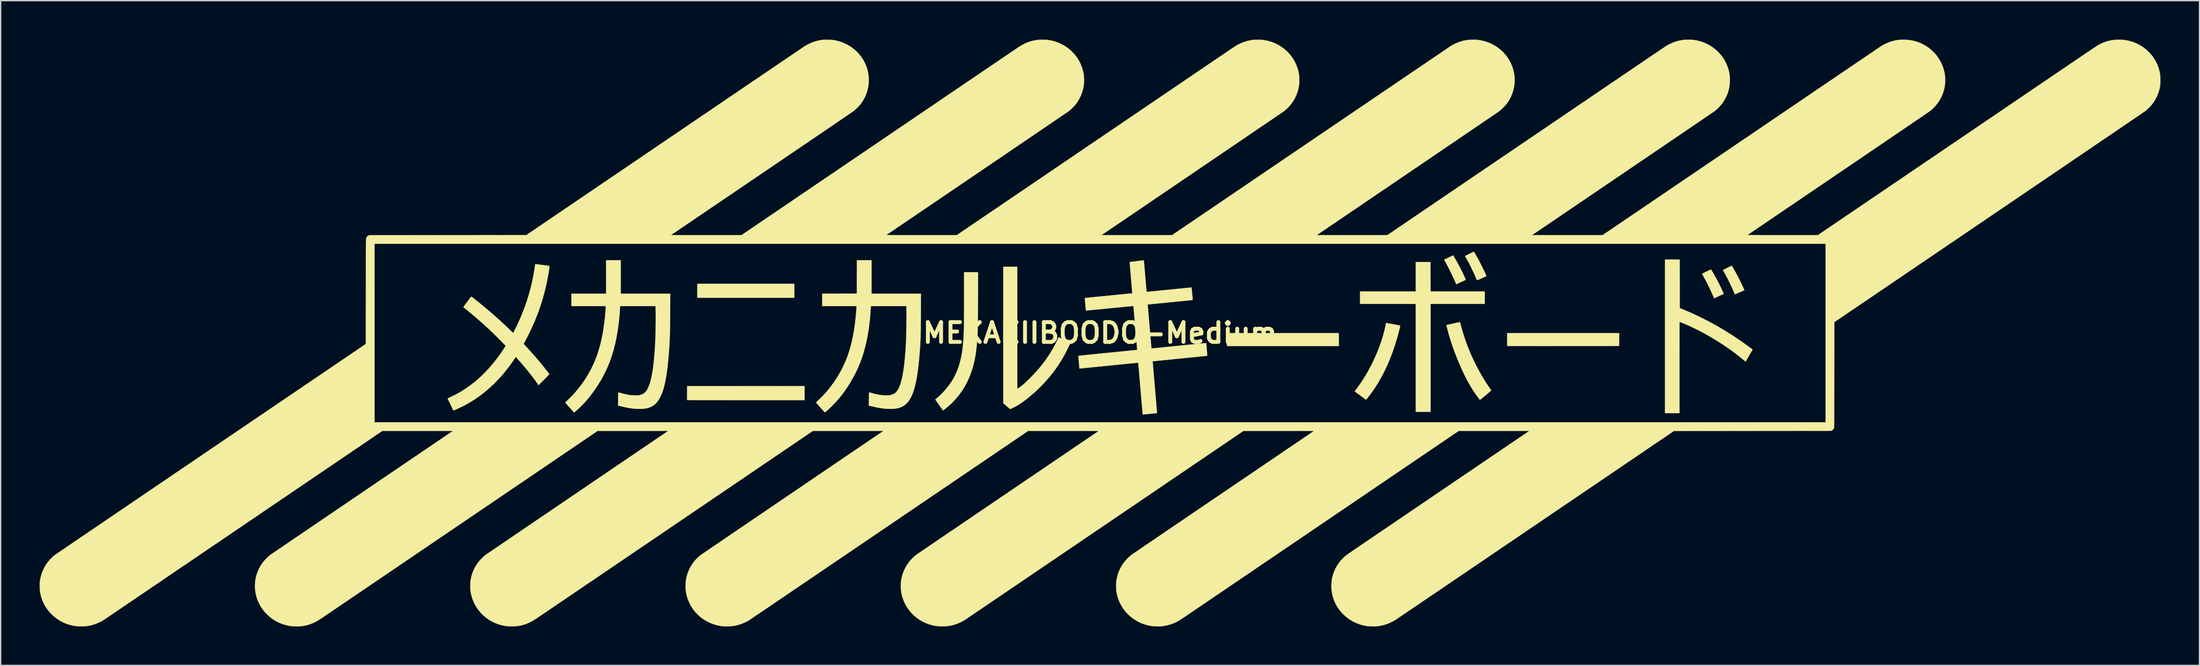
<source format=kicad_pcb>
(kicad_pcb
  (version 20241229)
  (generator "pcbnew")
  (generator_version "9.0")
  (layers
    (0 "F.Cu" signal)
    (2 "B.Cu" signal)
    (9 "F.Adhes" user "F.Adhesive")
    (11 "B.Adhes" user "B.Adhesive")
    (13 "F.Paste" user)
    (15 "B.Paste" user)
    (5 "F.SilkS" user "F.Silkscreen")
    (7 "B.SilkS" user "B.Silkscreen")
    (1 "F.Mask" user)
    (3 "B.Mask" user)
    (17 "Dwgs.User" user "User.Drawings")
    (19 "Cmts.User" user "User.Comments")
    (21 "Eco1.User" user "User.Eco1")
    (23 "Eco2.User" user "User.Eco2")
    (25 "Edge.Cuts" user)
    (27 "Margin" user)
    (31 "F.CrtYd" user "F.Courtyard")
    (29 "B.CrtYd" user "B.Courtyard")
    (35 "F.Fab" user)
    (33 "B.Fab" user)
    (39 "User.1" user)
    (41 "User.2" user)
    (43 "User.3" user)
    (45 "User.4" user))
  (footprint "MEKAKIIBOODO-Medium"
    (layer "F.Cu")
    (at 81.595 22.592)
    (property "Reference" "MEKAKIIBOODO-Medium" (at 0 0 0) (layer "F.SilkS") (effects (font (size 1.524 1.524) (thickness 0.3))))
    (attr through_hole)
    (fp_poly (pts (xy -23.52 -2.708) (xy -30.987 -2.708) (xy -30.987 -3.786) (xy -23.52 -3.786) (xy -23.52 -2.708)) (stroke (width 0.01) (type solid)) (fill yes) (layer "F.SilkS"))
    (fp_poly (pts (xy 18.38 1.012) (xy 9.768 1.012) (xy 9.768 0.013) (xy 18.38 0.013) (xy 18.38 1.012)) (stroke (width 0.01) (type solid)) (fill yes) (layer "F.SilkS"))
    (fp_poly (pts (xy 24.864 -5.466) (xy 25.433 -5.463) (xy 25.436 -4.329) (xy 25.44 -3.195) (xy 29.607 -3.195) (xy 29.607 -2.235) (xy 25.439 -2.235) (xy 25.439 6.074) (xy 24.296 6.074) (xy 24.296 -2.235) (xy 20.01 -2.235) (xy 20.01 -3.195) (xy 24.296 -3.195) (xy 24.296 -5.469) (xy 24.864 -5.466)) (stroke (width 0.01) (type solid)) (fill yes) (layer "F.SilkS"))
    (fp_poly (pts (xy 39.947 1.006) (xy 35.647 1.009) (xy 35.312 1.009) (xy 34.984 1.009) (xy 34.664 1.01) (xy 34.353 1.01) (xy 34.051 1.01) (xy 33.76 1.01) (xy 33.481 1.01) (xy 33.214 1.009) (xy 32.961 1.009) (xy 32.722 1.009) (xy 32.499 1.009) (xy 32.292 1.008) (xy 32.103 1.008) (xy 31.933 1.008) (xy 31.782 1.007) (xy 31.651 1.007) (xy 31.542 1.006) (xy 31.455 1.005) (xy 31.391 1.005) (xy 31.352 1.004) (xy 31.338 1.004) (xy 31.338 1.004) (xy 31.336 0.989) (xy 31.334 0.951) (xy 31.333 0.892) (xy 31.331 0.817) (xy 31.33 0.726) (xy 31.33 0.624) (xy 31.329 0.514) (xy 31.329 0.504) (xy 31.329 0.013) (xy 39.954 0.013) (xy 39.947 1.006)) (stroke (width 0.01) (type solid)) (fill yes) (layer "F.SilkS"))
    (fp_poly (pts (xy -22.731 5.18) (xy -27.248 5.18) (xy -27.671 5.18) (xy -28.069 5.18) (xy -28.441 5.18) (xy -28.79 5.18) (xy -29.115 5.179) (xy -29.418 5.179) (xy -29.698 5.179) (xy -29.957 5.179) (xy -30.195 5.178) (xy -30.414 5.178) (xy -30.613 5.177) (xy -30.793 5.177) (xy -30.956 5.176) (xy -31.101 5.176) (xy -31.23 5.175) (xy -31.344 5.174) (xy -31.442 5.173) (xy -31.526 5.172) (xy -31.596 5.171) (xy -31.653 5.17) (xy -31.698 5.169) (xy -31.732 5.168) (xy -31.754 5.166) (xy -31.767 5.165) (xy -31.77 5.163) (xy -31.772 5.147) (xy -31.773 5.107) (xy -31.773 5.047) (xy -31.774 4.969) (xy -31.774 4.877) (xy -31.774 4.772) (xy -31.773 4.659) (xy -31.773 4.621) (xy -31.77 4.095) (xy -27.25 4.092) (xy -22.731 4.089) (xy -22.731 5.18)) (stroke (width 0.01) (type solid)) (fill yes) (layer "F.SilkS"))
    (fp_poly (pts (xy 27.181 -5.967) (xy 27.191 -5.952) (xy 27.213 -5.917) (xy 27.243 -5.867) (xy 27.28 -5.804) (xy 27.322 -5.733) (xy 27.366 -5.657) (xy 27.411 -5.579) (xy 27.455 -5.503) (xy 27.495 -5.432) (xy 27.529 -5.37) (xy 27.536 -5.357) (xy 27.594 -5.252) (xy 27.653 -5.139) (xy 27.714 -5.021) (xy 27.775 -4.902) (xy 27.834 -4.782) (xy 27.892 -4.664) (xy 27.946 -4.551) (xy 27.996 -4.446) (xy 28.04 -4.349) (xy 28.078 -4.264) (xy 28.108 -4.194) (xy 28.129 -4.14) (xy 28.14 -4.104) (xy 28.14 -4.09) (xy 28.124 -4.08) (xy 28.089 -4.063) (xy 28.041 -4.04) (xy 27.997 -4.019) (xy 27.94 -3.993) (xy 27.866 -3.959) (xy 27.783 -3.921) (xy 27.698 -3.882) (xy 27.64 -3.855) (xy 27.415 -3.75) (xy 27.286 -4.041) (xy 27.194 -4.245) (xy 27.097 -4.454) (xy 26.995 -4.665) (xy 26.893 -4.873) (xy 26.791 -5.072) (xy 26.692 -5.26) (xy 26.6 -5.43) (xy 26.543 -5.529) (xy 26.479 -5.641) (xy 26.778 -5.786) (xy 26.889 -5.84) (xy 26.978 -5.883) (xy 27.048 -5.916) (xy 27.101 -5.94) (xy 27.139 -5.956) (xy 27.163 -5.965) (xy 27.177 -5.968) (xy 27.181 -5.967)) (stroke (width 0.01) (type solid)) (fill yes) (layer "F.SilkS"))
    (fp_poly (pts (xy 28.774 -6.246) (xy 28.797 -6.214) (xy 28.831 -6.162) (xy 28.873 -6.093) (xy 28.922 -6.009) (xy 28.978 -5.911) (xy 29.039 -5.802) (xy 29.096 -5.698) (xy 29.144 -5.608) (xy 29.196 -5.508) (xy 29.252 -5.399) (xy 29.309 -5.286) (xy 29.368 -5.169) (xy 29.426 -5.052) (xy 29.482 -4.936) (xy 29.536 -4.825) (xy 29.586 -4.721) (xy 29.63 -4.626) (xy 29.669 -4.543) (xy 29.7 -4.474) (xy 29.722 -4.421) (xy 29.734 -4.388) (xy 29.736 -4.377) (xy 29.723 -4.369) (xy 29.69 -4.352) (xy 29.64 -4.329) (xy 29.577 -4.3) (xy 29.505 -4.267) (xy 29.427 -4.232) (xy 29.346 -4.197) (xy 29.267 -4.163) (xy 29.194 -4.132) (xy 29.13 -4.105) (xy 29.078 -4.084) (xy 29.043 -4.071) (xy 29.032 -4.067) (xy 29.006 -4.068) (xy 28.994 -4.084) (xy 28.986 -4.103) (xy 28.97 -4.142) (xy 28.946 -4.197) (xy 28.917 -4.265) (xy 28.884 -4.341) (xy 28.875 -4.363) (xy 28.774 -4.588) (xy 28.667 -4.818) (xy 28.556 -5.048) (xy 28.445 -5.27) (xy 28.335 -5.48) (xy 28.229 -5.672) (xy 28.203 -5.719) (xy 28.086 -5.923) (xy 28.416 -6.09) (xy 28.502 -6.133) (xy 28.581 -6.172) (xy 28.649 -6.206) (xy 28.704 -6.232) (xy 28.742 -6.25) (xy 28.76 -6.257) (xy 28.761 -6.257) (xy 28.774 -6.246)) (stroke (width 0.01) (type solid)) (fill yes) (layer "F.SilkS"))
    (fp_poly (pts (xy 47.011 -4.884) (xy 47.024 -4.874) (xy 47.042 -4.854) (xy 47.066 -4.819) (xy 47.098 -4.767) (xy 47.141 -4.696) (xy 47.156 -4.671) (xy 47.327 -4.374) (xy 47.49 -4.074) (xy 47.646 -3.77) (xy 47.701 -3.66) (xy 47.754 -3.55) (xy 47.805 -3.444) (xy 47.852 -3.343) (xy 47.894 -3.252) (xy 47.93 -3.171) (xy 47.959 -3.104) (xy 47.979 -3.053) (xy 47.989 -3.021) (xy 47.99 -3.01) (xy 47.977 -3.003) (xy 47.943 -2.987) (xy 47.893 -2.963) (xy 47.83 -2.933) (xy 47.757 -2.899) (xy 47.678 -2.862) (xy 47.597 -2.824) (xy 47.517 -2.787) (xy 47.443 -2.753) (xy 47.377 -2.722) (xy 47.322 -2.697) (xy 47.284 -2.68) (xy 47.267 -2.673) (xy 47.252 -2.674) (xy 47.25 -2.68) (xy 47.245 -2.697) (xy 47.23 -2.735) (xy 47.206 -2.791) (xy 47.175 -2.863) (xy 47.138 -2.946) (xy 47.096 -3.039) (xy 47.051 -3.139) (xy 47.004 -3.242) (xy 46.956 -3.345) (xy 46.908 -3.447) (xy 46.9 -3.464) (xy 46.836 -3.596) (xy 46.766 -3.739) (xy 46.691 -3.886) (xy 46.615 -4.033) (xy 46.54 -4.173) (xy 46.471 -4.301) (xy 46.409 -4.412) (xy 46.404 -4.42) (xy 46.374 -4.472) (xy 46.35 -4.515) (xy 46.335 -4.544) (xy 46.33 -4.555) (xy 46.341 -4.562) (xy 46.373 -4.579) (xy 46.42 -4.604) (xy 46.481 -4.634) (xy 46.551 -4.669) (xy 46.626 -4.706) (xy 46.703 -4.744) (xy 46.779 -4.781) (xy 46.849 -4.814) (xy 46.91 -4.843) (xy 46.958 -4.866) (xy 46.991 -4.88) (xy 47 -4.884) (xy 47.011 -4.884)) (stroke (width 0.01) (type solid)) (fill yes) (layer "F.SilkS"))
    (fp_poly (pts (xy 48.621 -5.167) (xy 48.624 -5.165) (xy 48.639 -5.145) (xy 48.664 -5.105) (xy 48.697 -5.049) (xy 48.738 -4.978) (xy 48.785 -4.896) (xy 48.835 -4.807) (xy 48.887 -4.714) (xy 48.94 -4.618) (xy 48.99 -4.524) (xy 49.013 -4.481) (xy 49.068 -4.377) (xy 49.125 -4.266) (xy 49.184 -4.151) (xy 49.242 -4.034) (xy 49.299 -3.917) (xy 49.354 -3.803) (xy 49.406 -3.695) (xy 49.453 -3.594) (xy 49.495 -3.504) (xy 49.53 -3.426) (xy 49.556 -3.363) (xy 49.574 -3.317) (xy 49.581 -3.291) (xy 49.581 -3.286) (xy 49.566 -3.279) (xy 49.531 -3.263) (xy 49.479 -3.24) (xy 49.414 -3.211) (xy 49.34 -3.18) (xy 49.321 -3.172) (xy 49.237 -3.136) (xy 49.153 -3.1) (xy 49.076 -3.067) (xy 49.011 -3.04) (xy 48.964 -3.019) (xy 48.963 -3.019) (xy 48.915 -2.999) (xy 48.876 -2.986) (xy 48.853 -2.981) (xy 48.85 -2.982) (xy 48.843 -2.997) (xy 48.828 -3.031) (xy 48.806 -3.081) (xy 48.781 -3.141) (xy 48.77 -3.167) (xy 48.68 -3.374) (xy 48.582 -3.59) (xy 48.479 -3.808) (xy 48.373 -4.024) (xy 48.268 -4.233) (xy 48.165 -4.428) (xy 48.068 -4.605) (xy 48.052 -4.632) (xy 48.014 -4.699) (xy 47.982 -4.757) (xy 47.957 -4.803) (xy 47.941 -4.833) (xy 47.936 -4.845) (xy 47.949 -4.851) (xy 47.982 -4.868) (xy 48.032 -4.893) (xy 48.097 -4.926) (xy 48.173 -4.965) (xy 48.258 -5.007) (xy 48.274 -5.015) (xy 48.374 -5.065) (xy 48.453 -5.104) (xy 48.513 -5.132) (xy 48.558 -5.152) (xy 48.589 -5.163) (xy 48.609 -5.168) (xy 48.621 -5.167)) (stroke (width 0.01) (type solid)) (fill yes) (layer "F.SilkS"))
    (fp_poly (pts (xy 44.611 -3.786) (xy 44.614 -1.918) (xy 44.877 -1.809) (xy 45.527 -1.53) (xy 46.162 -1.233) (xy 46.786 -0.918) (xy 47.4 -0.584) (xy 48.008 -0.229) (xy 48.61 0.147) (xy 49.209 0.548) (xy 49.808 0.972) (xy 49.974 1.094) (xy 50.22 1.277) (xy 50.074 1.529) (xy 50.022 1.62) (xy 49.965 1.719) (xy 49.907 1.819) (xy 49.854 1.911) (xy 49.811 1.985) (xy 49.772 2.052) (xy 49.738 2.11) (xy 49.71 2.157) (xy 49.691 2.189) (xy 49.683 2.2) (xy 49.669 2.196) (xy 49.64 2.178) (xy 49.6 2.147) (xy 49.551 2.107) (xy 49.536 2.094) (xy 49.221 1.833) (xy 48.884 1.57) (xy 48.526 1.307) (xy 48.153 1.046) (xy 47.766 0.79) (xy 47.369 0.54) (xy 46.964 0.298) (xy 46.557 0.067) (xy 46.148 -0.152) (xy 45.742 -0.357) (xy 45.342 -0.545) (xy 45.232 -0.595) (xy 45.162 -0.625) (xy 45.083 -0.659) (xy 45 -0.694) (xy 44.916 -0.73) (xy 44.835 -0.763) (xy 44.76 -0.794) (xy 44.696 -0.82) (xy 44.645 -0.839) (xy 44.612 -0.851) (xy 44.601 -0.855) (xy 44.6 -0.842) (xy 44.6 -0.803) (xy 44.599 -0.741) (xy 44.599 -0.656) (xy 44.598 -0.548) (xy 44.598 -0.42) (xy 44.597 -0.272) (xy 44.597 -0.105) (xy 44.597 0.08) (xy 44.596 0.281) (xy 44.596 0.497) (xy 44.596 0.729) (xy 44.595 0.973) (xy 44.595 1.23) (xy 44.595 1.498) (xy 44.595 1.776) (xy 44.595 2.064) (xy 44.595 2.359) (xy 44.595 2.661) (xy 44.595 6.179) (xy 43.477 6.179) (xy 43.477 -5.653) (xy 44.608 -5.653) (xy 44.611 -3.786)) (stroke (width 0.01) (type solid)) (fill yes) (layer "F.SilkS"))
    (fp_poly (pts (xy 22.027 -0.771) (xy 22.063 -0.765) (xy 22.118 -0.755) (xy 22.189 -0.742) (xy 22.273 -0.727) (xy 22.366 -0.709) (xy 22.466 -0.69) (xy 22.568 -0.671) (xy 22.671 -0.651) (xy 22.769 -0.632) (xy 22.861 -0.614) (xy 22.943 -0.598) (xy 23.012 -0.584) (xy 23.064 -0.573) (xy 23.096 -0.566) (xy 23.105 -0.564) (xy 23.104 -0.55) (xy 23.097 -0.514) (xy 23.086 -0.461) (xy 23.07 -0.394) (xy 23.052 -0.317) (xy 23.047 -0.295) (xy 22.893 0.292) (xy 22.723 0.86) (xy 22.538 1.411) (xy 22.337 1.942) (xy 22.121 2.455) (xy 21.89 2.947) (xy 21.643 3.419) (xy 21.383 3.871) (xy 21.108 4.301) (xy 20.818 4.71) (xy 20.605 4.986) (xy 20.561 5.04) (xy 20.523 5.085) (xy 20.494 5.119) (xy 20.476 5.138) (xy 20.472 5.14) (xy 20.46 5.133) (xy 20.429 5.111) (xy 20.382 5.077) (xy 20.32 5.032) (xy 20.246 4.978) (xy 20.163 4.917) (xy 20.072 4.85) (xy 20.036 4.824) (xy 19.943 4.755) (xy 19.857 4.691) (xy 19.78 4.634) (xy 19.714 4.585) (xy 19.661 4.546) (xy 19.625 4.518) (xy 19.606 4.504) (xy 19.604 4.503) (xy 19.61 4.491) (xy 19.629 4.462) (xy 19.659 4.419) (xy 19.698 4.366) (xy 19.731 4.321) (xy 20.058 3.864) (xy 20.363 3.395) (xy 20.647 2.911) (xy 20.911 2.411) (xy 21.156 1.894) (xy 21.364 1.405) (xy 21.505 1.041) (xy 21.63 0.693) (xy 21.738 0.355) (xy 21.832 0.026) (xy 21.913 -0.3) (xy 21.963 -0.534) (xy 21.978 -0.609) (xy 21.992 -0.675) (xy 22.003 -0.726) (xy 22.01 -0.76) (xy 22.014 -0.772) (xy 22.027 -0.771)) (stroke (width 0.01) (type solid)) (fill yes) (layer "F.SilkS"))
    (fp_poly (pts (xy -6.363 4.298) (xy -6.294 4.258) (xy -6.183 4.186) (xy -6.058 4.094) (xy -5.92 3.981) (xy -5.77 3.849) (xy -5.609 3.699) (xy -5.438 3.532) (xy -5.258 3.348) (xy -5.069 3.148) (xy -5.004 3.077) (xy -4.873 2.933) (xy -4.758 2.802) (xy -4.652 2.679) (xy -4.553 2.559) (xy -4.455 2.437) (xy -4.356 2.308) (xy -4.315 2.255) (xy -4.095 1.951) (xy -3.885 1.634) (xy -3.686 1.311) (xy -3.502 0.986) (xy -3.338 0.665) (xy -3.267 0.516) (xy -3.176 0.316) (xy -3.116 0.35) (xy -3.09 0.364) (xy -3.044 0.39) (xy -2.982 0.424) (xy -2.907 0.466) (xy -2.822 0.513) (xy -2.73 0.563) (xy -2.684 0.588) (xy -2.594 0.638) (xy -2.511 0.685) (xy -2.438 0.726) (xy -2.379 0.761) (xy -2.335 0.788) (xy -2.31 0.804) (xy -2.306 0.808) (xy -2.309 0.824) (xy -2.323 0.86) (xy -2.345 0.913) (xy -2.373 0.978) (xy -2.407 1.053) (xy -2.424 1.089) (xy -2.663 1.566) (xy -2.922 2.027) (xy -3.203 2.473) (xy -3.505 2.904) (xy -3.829 3.319) (xy -4.174 3.719) (xy -4.371 3.931) (xy -4.648 4.212) (xy -4.925 4.478) (xy -5.201 4.726) (xy -5.474 4.957) (xy -5.744 5.169) (xy -6.007 5.359) (xy -6.263 5.527) (xy -6.422 5.623) (xy -6.473 5.651) (xy -6.534 5.684) (xy -6.601 5.719) (xy -6.671 5.755) (xy -6.739 5.788) (xy -6.801 5.818) (xy -6.852 5.842) (xy -6.888 5.857) (xy -6.905 5.863) (xy -6.919 5.854) (xy -6.95 5.831) (xy -6.996 5.795) (xy -7.052 5.748) (xy -7.117 5.693) (xy -7.182 5.638) (xy -7.441 5.414) (xy -7.441 -5.101) (xy -6.363 -5.101) (xy -6.363 4.298)) (stroke (width 0.01) (type solid)) (fill yes) (layer "F.SilkS"))
    (fp_poly (pts (xy 27.701 -0.832) (xy 27.707 -0.816) (xy 27.718 -0.78) (xy 27.733 -0.726) (xy 27.751 -0.661) (xy 27.765 -0.605) (xy 27.849 -0.3) (xy 27.943 0.018) (xy 28.045 0.341) (xy 28.154 0.661) (xy 28.267 0.972) (xy 28.382 1.267) (xy 28.431 1.388) (xy 28.613 1.807) (xy 28.81 2.226) (xy 29.019 2.64) (xy 29.238 3.046) (xy 29.465 3.439) (xy 29.698 3.816) (xy 29.935 4.172) (xy 30.015 4.287) (xy 30.051 4.338) (xy 30.08 4.381) (xy 30.099 4.413) (xy 30.107 4.428) (xy 30.107 4.428) (xy 30.097 4.438) (xy 30.069 4.463) (xy 30.027 4.5) (xy 29.971 4.548) (xy 29.906 4.604) (xy 29.833 4.666) (xy 29.755 4.732) (xy 29.674 4.8) (xy 29.594 4.867) (xy 29.516 4.932) (xy 29.443 4.992) (xy 29.378 5.045) (xy 29.323 5.09) (xy 29.281 5.123) (xy 29.255 5.143) (xy 29.247 5.148) (xy 29.227 5.144) (xy 29.211 5.13) (xy 29.197 5.111) (xy 29.171 5.075) (xy 29.134 5.027) (xy 29.091 4.97) (xy 29.06 4.928) (xy 28.843 4.626) (xy 28.629 4.298) (xy 28.419 3.944) (xy 28.211 3.564) (xy 28.007 3.159) (xy 27.806 2.727) (xy 27.668 2.412) (xy 27.498 2.003) (xy 27.338 1.597) (xy 27.19 1.196) (xy 27.054 0.803) (xy 26.931 0.421) (xy 26.822 0.054) (xy 26.729 -0.296) (xy 26.723 -0.322) (xy 26.704 -0.399) (xy 26.687 -0.468) (xy 26.673 -0.525) (xy 26.664 -0.565) (xy 26.66 -0.584) (xy 26.661 -0.599) (xy 26.676 -0.61) (xy 26.708 -0.62) (xy 26.734 -0.626) (xy 26.766 -0.633) (xy 26.82 -0.645) (xy 26.892 -0.661) (xy 26.978 -0.68) (xy 27.076 -0.702) (xy 27.181 -0.726) (xy 27.253 -0.742) (xy 27.357 -0.765) (xy 27.452 -0.786) (xy 27.536 -0.804) (xy 27.606 -0.817) (xy 27.659 -0.827) (xy 27.692 -0.832) (xy 27.701 -0.832)) (stroke (width 0.01) (type solid)) (fill yes) (layer "F.SilkS"))
    (fp_poly (pts (xy -9.391 -2.495) (xy -9.391 -2.205) (xy -9.392 -1.941) (xy -9.393 -1.699) (xy -9.394 -1.48) (xy -9.395 -1.28) (xy -9.396 -1.099) (xy -9.397 -0.935) (xy -9.398 -0.786) (xy -9.399 -0.651) (xy -9.401 -0.529) (xy -9.403 -0.417) (xy -9.405 -0.315) (xy -9.408 -0.22) (xy -9.411 -0.131) (xy -9.414 -0.047) (xy -9.418 0.034) (xy -9.422 0.113) (xy -9.426 0.193) (xy -9.431 0.274) (xy -9.437 0.358) (xy -9.443 0.448) (xy -9.447 0.506) (xy -9.471 0.823) (xy -9.499 1.117) (xy -9.532 1.391) (xy -9.569 1.65) (xy -9.611 1.897) (xy -9.659 2.134) (xy -9.713 2.367) (xy -9.775 2.597) (xy -9.802 2.689) (xy -9.928 3.079) (xy -10.072 3.45) (xy -10.234 3.803) (xy -10.415 4.139) (xy -10.615 4.459) (xy -10.835 4.764) (xy -11.075 5.056) (xy -11.337 5.335) (xy -11.42 5.417) (xy -11.485 5.479) (xy -11.558 5.545) (xy -11.635 5.614) (xy -11.713 5.682) (xy -11.79 5.748) (xy -11.864 5.81) (xy -11.931 5.864) (xy -11.989 5.91) (xy -12.035 5.944) (xy -12.066 5.964) (xy -12.078 5.969) (xy -12.088 5.958) (xy -12.111 5.928) (xy -12.145 5.882) (xy -12.19 5.82) (xy -12.242 5.746) (xy -12.302 5.662) (xy -12.366 5.57) (xy -12.383 5.545) (xy -12.676 5.122) (xy -12.626 5.082) (xy -12.404 4.893) (xy -12.183 4.681) (xy -11.964 4.446) (xy -11.75 4.191) (xy -11.635 4.043) (xy -11.453 3.787) (xy -11.289 3.521) (xy -11.141 3.243) (xy -11.01 2.952) (xy -10.894 2.647) (xy -10.794 2.326) (xy -10.709 1.988) (xy -10.638 1.631) (xy -10.582 1.254) (xy -10.538 0.856) (xy -10.538 0.855) (xy -10.529 0.754) (xy -10.521 0.657) (xy -10.514 0.562) (xy -10.507 0.467) (xy -10.501 0.37) (xy -10.495 0.271) (xy -10.491 0.168) (xy -10.486 0.059) (xy -10.482 -0.057) (xy -10.479 -0.181) (xy -10.476 -0.316) (xy -10.474 -0.462) (xy -10.472 -0.621) (xy -10.47 -0.794) (xy -10.468 -0.984) (xy -10.467 -1.19) (xy -10.466 -1.416) (xy -10.466 -1.662) (xy -10.465 -1.929) (xy -10.465 -2.22) (xy -10.465 -2.536) (xy -10.465 -2.56) (xy -10.465 -4.68) (xy -9.385 -4.68) (xy -9.391 -2.495)) (stroke (width 0.01) (type solid)) (fill yes) (layer "F.SilkS"))
    (fp_poly (pts (xy -17.578 -3.024) (xy -13.775 -3.024) (xy -13.782 -1.495) (xy -13.784 -1.213) (xy -13.785 -0.955) (xy -13.787 -0.719) (xy -13.789 -0.503) (xy -13.792 -0.304) (xy -13.794 -0.122) (xy -13.798 0.047) (xy -13.801 0.204) (xy -13.806 0.352) (xy -13.811 0.493) (xy -13.816 0.628) (xy -13.823 0.76) (xy -13.83 0.892) (xy -13.839 1.024) (xy -13.848 1.16) (xy -13.859 1.301) (xy -13.87 1.449) (xy -13.883 1.607) (xy -13.884 1.617) (xy -13.914 1.964) (xy -13.945 2.286) (xy -13.977 2.586) (xy -14.011 2.864) (xy -14.047 3.124) (xy -14.085 3.365) (xy -14.125 3.591) (xy -14.168 3.803) (xy -14.214 4.003) (xy -14.263 4.192) (xy -14.315 4.373) (xy -14.338 4.444) (xy -14.414 4.663) (xy -14.496 4.858) (xy -14.583 5.031) (xy -14.678 5.184) (xy -14.781 5.32) (xy -14.876 5.423) (xy -14.997 5.532) (xy -15.125 5.623) (xy -15.261 5.697) (xy -15.41 5.756) (xy -15.572 5.8) (xy -15.751 5.83) (xy -15.949 5.846) (xy -16.133 5.85) (xy -16.295 5.847) (xy -16.456 5.839) (xy -16.621 5.824) (xy -16.792 5.803) (xy -16.974 5.774) (xy -17.168 5.737) (xy -17.379 5.692) (xy -17.61 5.639) (xy -17.694 5.618) (xy -17.791 5.595) (xy -17.782 5.088) (xy -17.779 4.975) (xy -17.777 4.871) (xy -17.775 4.778) (xy -17.772 4.699) (xy -17.77 4.638) (xy -17.769 4.596) (xy -17.767 4.577) (xy -17.767 4.576) (xy -17.753 4.578) (xy -17.719 4.586) (xy -17.672 4.599) (xy -17.627 4.612) (xy -17.349 4.688) (xy -17.079 4.747) (xy -16.819 4.786) (xy -16.572 4.807) (xy -16.352 4.809) (xy -16.273 4.806) (xy -16.212 4.802) (xy -16.163 4.795) (xy -16.118 4.785) (xy -16.069 4.77) (xy -16.039 4.761) (xy -15.923 4.716) (xy -15.827 4.668) (xy -15.748 4.613) (xy -15.68 4.549) (xy -15.598 4.446) (xy -15.521 4.319) (xy -15.448 4.168) (xy -15.379 3.992) (xy -15.316 3.793) (xy -15.256 3.568) (xy -15.201 3.319) (xy -15.151 3.045) (xy -15.105 2.746) (xy -15.063 2.421) (xy -15.025 2.071) (xy -14.992 1.696) (xy -14.963 1.295) (xy -14.942 0.94) (xy -14.933 0.765) (xy -14.925 0.594) (xy -14.918 0.424) (xy -14.912 0.252) (xy -14.907 0.077) (xy -14.903 -0.105) (xy -14.9 -0.296) (xy -14.897 -0.499) (xy -14.896 -0.717) (xy -14.894 -0.951) (xy -14.894 -1.205) (xy -14.894 -1.482) (xy -14.895 -1.64) (xy -14.896 -2.064) (xy -17.628 -2.064) (xy -17.636 -1.936) (xy -17.649 -1.752) (xy -17.661 -1.578) (xy -17.673 -1.418) (xy -17.685 -1.275) (xy -17.695 -1.153) (xy -17.703 -1.071) (xy -17.765 -0.537) (xy -17.841 -0.024) (xy -17.93 0.467) (xy -18.035 0.939) (xy -18.154 1.391) (xy -18.287 1.825) (xy -18.436 2.24) (xy -18.6 2.638) (xy -18.776 3.015) (xy -19.004 3.449) (xy -19.241 3.86) (xy -19.488 4.248) (xy -19.747 4.616) (xy -20.019 4.965) (xy -20.305 5.296) (xy -20.605 5.61) (xy -20.662 5.667) (xy -20.733 5.735) (xy -20.807 5.806) (xy -20.882 5.875) (xy -20.954 5.941) (xy -21.021 6.001) (xy -21.078 6.051) (xy -21.124 6.089) (xy -21.155 6.113) (xy -21.16 6.116) (xy -21.172 6.109) (xy -21.199 6.083) (xy -21.239 6.042) (xy -21.291 5.988) (xy -21.352 5.922) (xy -21.421 5.847) (xy -21.496 5.764) (xy -21.513 5.745) (xy -21.588 5.661) (xy -21.657 5.582) (xy -21.719 5.512) (xy -21.77 5.452) (xy -21.811 5.405) (xy -21.837 5.372) (xy -21.848 5.356) (xy -21.849 5.355) (xy -21.838 5.343) (xy -21.812 5.316) (xy -21.772 5.277) (xy -21.721 5.228) (xy -21.662 5.173) (xy -21.641 5.152) (xy -21.325 4.839) (xy -21.024 4.505) (xy -20.737 4.152) (xy -20.468 3.783) (xy -20.216 3.4) (xy -19.984 3.004) (xy -19.774 2.599) (xy -19.586 2.186) (xy -19.453 1.852) (xy -19.319 1.463) (xy -19.198 1.052) (xy -19.089 0.619) (xy -18.994 0.164) (xy -18.912 -0.312) (xy -18.842 -0.81) (xy -18.787 -1.328) (xy -18.744 -1.866) (xy -18.74 -1.923) (xy -18.731 -2.064) (xy -21.377 -2.064) (xy -21.377 -3.024) (xy -20.046 -3.027) (xy -18.715 -3.03) (xy -18.711 -4.316) (xy -18.708 -5.601) (xy -17.578 -5.601) (xy -17.578 -3.024)) (stroke (width 0.01) (type solid)) (fill yes) (layer "F.SilkS"))
    (fp_poly (pts (xy -36.877 -3.024) (xy -33.064 -3.024) (xy -33.071 -1.864) (xy -33.074 -1.55) (xy -33.076 -1.26) (xy -33.079 -0.993) (xy -33.081 -0.746) (xy -33.084 -0.518) (xy -33.088 -0.307) (xy -33.092 -0.111) (xy -33.096 0.073) (xy -33.101 0.245) (xy -33.107 0.408) (xy -33.113 0.564) (xy -33.12 0.715) (xy -33.128 0.862) (xy -33.137 1.007) (xy -33.146 1.153) (xy -33.157 1.301) (xy -33.168 1.454) (xy -33.177 1.564) (xy -33.207 1.918) (xy -33.239 2.248) (xy -33.271 2.554) (xy -33.306 2.839) (xy -33.342 3.105) (xy -33.38 3.353) (xy -33.421 3.586) (xy -33.465 3.804) (xy -33.512 4.009) (xy -33.562 4.204) (xy -33.611 4.373) (xy -33.694 4.62) (xy -33.787 4.843) (xy -33.889 5.042) (xy -34.001 5.218) (xy -34.124 5.371) (xy -34.257 5.501) (xy -34.402 5.609) (xy -34.557 5.696) (xy -34.725 5.762) (xy -34.729 5.763) (xy -34.818 5.788) (xy -34.903 5.808) (xy -34.991 5.823) (xy -35.087 5.834) (xy -35.197 5.842) (xy -35.327 5.846) (xy -35.351 5.847) (xy -35.502 5.848) (xy -35.649 5.845) (xy -35.795 5.837) (xy -35.943 5.823) (xy -36.097 5.803) (xy -36.262 5.776) (xy -36.44 5.742) (xy -36.635 5.701) (xy -36.852 5.651) (xy -36.855 5.651) (xy -37.089 5.596) (xy -37.08 5.089) (xy -37.078 4.976) (xy -37.076 4.872) (xy -37.074 4.779) (xy -37.072 4.7) (xy -37.07 4.638) (xy -37.068 4.597) (xy -37.067 4.578) (xy -37.067 4.577) (xy -37.054 4.579) (xy -37.019 4.587) (xy -36.968 4.6) (xy -36.905 4.618) (xy -36.854 4.632) (xy -36.644 4.689) (xy -36.45 4.733) (xy -36.266 4.767) (xy -36.087 4.79) (xy -35.907 4.804) (xy -35.819 4.808) (xy -35.702 4.81) (xy -35.606 4.809) (xy -35.525 4.803) (xy -35.453 4.793) (xy -35.385 4.777) (xy -35.321 4.757) (xy -35.198 4.707) (xy -35.093 4.647) (xy -35.001 4.572) (xy -34.92 4.48) (xy -34.846 4.369) (xy -34.78 4.242) (xy -34.712 4.082) (xy -34.648 3.902) (xy -34.588 3.699) (xy -34.533 3.475) (xy -34.482 3.229) (xy -34.435 2.96) (xy -34.391 2.668) (xy -34.352 2.351) (xy -34.317 2.011) (xy -34.285 1.647) (xy -34.257 1.257) (xy -34.233 0.842) (xy -34.222 0.618) (xy -34.216 0.471) (xy -34.21 0.303) (xy -34.205 0.12) (xy -34.2 -0.076) (xy -34.196 -0.28) (xy -34.193 -0.487) (xy -34.19 -0.693) (xy -34.188 -0.894) (xy -34.187 -1.086) (xy -34.187 -1.264) (xy -34.187 -1.424) (xy -34.189 -1.561) (xy -34.198 -2.064) (xy -36.927 -2.064) (xy -36.936 -1.903) (xy -36.976 -1.327) (xy -37.033 -0.77) (xy -37.105 -0.231) (xy -37.194 0.289) (xy -37.298 0.789) (xy -37.419 1.269) (xy -37.555 1.73) (xy -37.707 2.17) (xy -37.874 2.59) (xy -38.019 2.909) (xy -38.201 3.271) (xy -38.4 3.628) (xy -38.612 3.978) (xy -38.836 4.318) (xy -39.07 4.646) (xy -39.313 4.958) (xy -39.561 5.252) (xy -39.814 5.525) (xy -40.061 5.768) (xy -40.117 5.82) (xy -40.178 5.875) (xy -40.24 5.931) (xy -40.301 5.984) (xy -40.357 6.033) (xy -40.404 6.074) (xy -40.441 6.105) (xy -40.464 6.123) (xy -40.469 6.126) (xy -40.478 6.116) (xy -40.503 6.089) (xy -40.542 6.046) (xy -40.592 5.991) (xy -40.652 5.924) (xy -40.72 5.849) (xy -40.793 5.767) (xy -40.802 5.757) (xy -40.876 5.674) (xy -40.946 5.596) (xy -41.007 5.526) (xy -41.06 5.467) (xy -41.101 5.42) (xy -41.129 5.388) (xy -41.142 5.373) (xy -41.142 5.373) (xy -41.141 5.357) (xy -41.121 5.329) (xy -41.081 5.289) (xy -41.07 5.278) (xy -40.734 4.952) (xy -40.423 4.62) (xy -40.134 4.28) (xy -39.867 3.931) (xy -39.618 3.569) (xy -39.387 3.192) (xy -39.172 2.798) (xy -39.068 2.59) (xy -38.976 2.395) (xy -38.894 2.211) (xy -38.819 2.028) (xy -38.747 1.839) (xy -38.675 1.634) (xy -38.658 1.584) (xy -38.548 1.234) (xy -38.449 0.875) (xy -38.36 0.504) (xy -38.281 0.12) (xy -38.213 -0.28) (xy -38.153 -0.7) (xy -38.101 -1.141) (xy -38.087 -1.282) (xy -38.081 -1.353) (xy -38.073 -1.438) (xy -38.066 -1.53) (xy -38.059 -1.626) (xy -38.052 -1.721) (xy -38.045 -1.809) (xy -38.04 -1.888) (xy -38.036 -1.952) (xy -38.035 -1.996) (xy -38.034 -2.008) (xy -38.034 -2.064) (xy -40.677 -2.064) (xy -40.677 -3.024) (xy -38.008 -3.024) (xy -38.008 -5.601) (xy -36.877 -5.601) (xy -36.877 -3.024)) (stroke (width 0.01) (type solid)) (fill yes) (layer "F.SilkS"))
    (fp_poly (pts (xy -43.426 -5.306) (xy -43.405 -5.303) (xy -43.362 -5.297) (xy -43.299 -5.288) (xy -43.218 -5.277) (xy -43.124 -5.264) (xy -43.019 -5.25) (xy -42.906 -5.235) (xy -42.879 -5.232) (xy -42.766 -5.217) (xy -42.661 -5.202) (xy -42.568 -5.189) (xy -42.488 -5.178) (xy -42.425 -5.169) (xy -42.382 -5.163) (xy -42.362 -5.159) (xy -42.36 -5.158) (xy -42.359 -5.142) (xy -42.362 -5.102) (xy -42.369 -5.04) (xy -42.38 -4.959) (xy -42.394 -4.86) (xy -42.412 -4.745) (xy -42.432 -4.617) (xy -42.44 -4.569) (xy -42.558 -3.938) (xy -42.698 -3.317) (xy -42.862 -2.705) (xy -43.05 -2.099) (xy -43.262 -1.5) (xy -43.498 -0.905) (xy -43.76 -0.314) (xy -44.048 0.275) (xy -44.229 0.621) (xy -44.347 0.841) (xy -44.31 0.885) (xy -44.29 0.907) (xy -44.256 0.945) (xy -44.21 0.996) (xy -44.155 1.056) (xy -44.094 1.122) (xy -44.055 1.165) (xy -43.723 1.529) (xy -43.41 1.884) (xy -43.113 2.233) (xy -42.828 2.582) (xy -42.552 2.934) (xy -42.5 3.002) (xy -42.457 3.059) (xy -42.42 3.11) (xy -42.393 3.149) (xy -42.378 3.174) (xy -42.375 3.181) (xy -42.385 3.193) (xy -42.411 3.221) (xy -42.451 3.263) (xy -42.503 3.316) (xy -42.564 3.378) (xy -42.631 3.448) (xy -42.704 3.522) (xy -42.779 3.598) (xy -42.855 3.675) (xy -42.929 3.749) (xy -42.998 3.819) (xy -43.061 3.882) (xy -43.116 3.936) (xy -43.159 3.979) (xy -43.189 4.008) (xy -43.204 4.021) (xy -43.206 4.022) (xy -43.215 4.009) (xy -43.234 3.98) (xy -43.261 3.941) (xy -43.267 3.931) (xy -43.354 3.804) (xy -43.456 3.661) (xy -43.572 3.505) (xy -43.7 3.337) (xy -43.838 3.161) (xy -43.983 2.979) (xy -44.133 2.795) (xy -44.287 2.61) (xy -44.337 2.551) (xy -44.41 2.464) (xy -44.486 2.376) (xy -44.562 2.287) (xy -44.637 2.201) (xy -44.708 2.12) (xy -44.774 2.045) (xy -44.832 1.98) (xy -44.881 1.926) (xy -44.918 1.885) (xy -44.942 1.86) (xy -44.95 1.854) (xy -44.96 1.864) (xy -44.982 1.893) (xy -45.012 1.935) (xy -45.048 1.988) (xy -45.061 2.008) (xy -45.231 2.256) (xy -45.416 2.511) (xy -45.611 2.767) (xy -45.811 3.018) (xy -46.01 3.256) (xy -46.159 3.425) (xy -46.222 3.493) (xy -46.301 3.576) (xy -46.391 3.668) (xy -46.487 3.766) (xy -46.587 3.866) (xy -46.686 3.963) (xy -46.78 4.054) (xy -46.864 4.134) (xy -46.928 4.193) (xy -47.311 4.524) (xy -47.708 4.832) (xy -48.117 5.117) (xy -48.539 5.379) (xy -48.972 5.618) (xy -48.979 5.622) (xy -49.057 5.661) (xy -49.145 5.704) (xy -49.238 5.749) (xy -49.333 5.793) (xy -49.426 5.836) (xy -49.513 5.875) (xy -49.591 5.909) (xy -49.655 5.937) (xy -49.703 5.955) (xy -49.726 5.963) (xy -49.743 5.966) (xy -49.757 5.961) (xy -49.77 5.945) (xy -49.788 5.914) (xy -49.812 5.863) (xy -49.812 5.862) (xy -49.835 5.813) (xy -49.867 5.747) (xy -49.903 5.67) (xy -49.942 5.589) (xy -49.972 5.528) (xy -50.011 5.446) (xy -50.052 5.361) (xy -50.091 5.28) (xy -50.124 5.211) (xy -50.143 5.172) (xy -50.205 5.04) (xy -50.033 4.963) (xy -49.622 4.765) (xy -49.22 4.543) (xy -48.827 4.297) (xy -48.444 4.026) (xy -48.07 3.732) (xy -47.706 3.413) (xy -47.352 3.07) (xy -47.009 2.704) (xy -46.675 2.315) (xy -46.352 1.902) (xy -46.226 1.73) (xy -46.179 1.664) (xy -46.126 1.589) (xy -46.071 1.508) (xy -46.014 1.424) (xy -45.957 1.339) (xy -45.903 1.258) (xy -45.854 1.182) (xy -45.811 1.115) (xy -45.776 1.059) (xy -45.751 1.019) (xy -45.739 0.996) (xy -45.738 0.992) (xy -45.748 0.979) (xy -45.774 0.949) (xy -45.815 0.905) (xy -45.87 0.847) (xy -45.937 0.779) (xy -46.013 0.7) (xy -46.098 0.615) (xy -46.19 0.523) (xy -46.286 0.426) (xy -46.384 0.328) (xy -46.484 0.229) (xy -46.584 0.131) (xy -46.68 0.036) (xy -46.773 -0.055) (xy -46.86 -0.139) (xy -46.938 -0.214) (xy -47.008 -0.28) (xy -47.047 -0.316) (xy -47.415 -0.654) (xy -47.775 -0.973) (xy -48.129 -1.279) (xy -48.483 -1.575) (xy -48.769 -1.807) (xy -48.833 -1.858) (xy -48.89 -1.904) (xy -48.937 -1.942) (xy -48.971 -1.97) (xy -48.988 -1.984) (xy -48.989 -1.985) (xy -48.984 -1.996) (xy -48.964 -2.026) (xy -48.933 -2.072) (xy -48.892 -2.129) (xy -48.843 -2.197) (xy -48.789 -2.271) (xy -48.731 -2.35) (xy -48.671 -2.429) (xy -48.612 -2.508) (xy -48.556 -2.582) (xy -48.505 -2.649) (xy -48.46 -2.707) (xy -48.425 -2.752) (xy -48.4 -2.781) (xy -48.389 -2.792) (xy -48.375 -2.79) (xy -48.345 -2.775) (xy -48.3 -2.744) (xy -48.237 -2.698) (xy -48.155 -2.635) (xy -48.15 -2.631) (xy -47.696 -2.269) (xy -47.242 -1.895) (xy -46.793 -1.512) (xy -46.353 -1.123) (xy -45.927 -0.734) (xy -45.52 -0.348) (xy -45.407 -0.238) (xy -45.34 -0.174) (xy -45.281 -0.116) (xy -45.23 -0.068) (xy -45.19 -0.031) (xy -45.164 -0.008) (xy -45.155 -0.001) (xy -45.145 -0.018) (xy -45.125 -0.055) (xy -45.097 -0.108) (xy -45.063 -0.175) (xy -45.024 -0.25) (xy -44.983 -0.332) (xy -44.941 -0.416) (xy -44.9 -0.499) (xy -44.862 -0.577) (xy -44.828 -0.647) (xy -44.811 -0.684) (xy -44.552 -1.266) (xy -44.317 -1.855) (xy -44.107 -2.451) (xy -43.923 -3.052) (xy -43.763 -3.658) (xy -43.629 -4.267) (xy -43.521 -4.879) (xy -43.483 -5.144) (xy -43.46 -5.313) (xy -43.426 -5.306)) (stroke (width 0.01) (type solid)) (fill yes) (layer "F.SilkS"))
    (fp_poly (pts (xy 3.374 -5.597) (xy 3.376 -5.583) (xy 3.379 -5.546) (xy 3.385 -5.486) (xy 3.392 -5.405) (xy 3.4 -5.305) (xy 3.411 -5.188) (xy 3.422 -5.056) (xy 3.434 -4.911) (xy 3.448 -4.754) (xy 3.462 -4.587) (xy 3.477 -4.412) (xy 3.479 -4.381) (xy 3.582 -3.168) (xy 3.628 -3.169) (xy 3.647 -3.17) (xy 3.69 -3.174) (xy 3.756 -3.18) (xy 3.844 -3.189) (xy 3.951 -3.199) (xy 4.076 -3.211) (xy 4.218 -3.225) (xy 4.375 -3.24) (xy 4.546 -3.257) (xy 4.728 -3.275) (xy 4.92 -3.294) (xy 5.121 -3.314) (xy 5.328 -3.335) (xy 5.357 -3.338) (xy 5.565 -3.359) (xy 5.765 -3.379) (xy 5.957 -3.398) (xy 6.138 -3.416) (xy 6.307 -3.432) (xy 6.462 -3.448) (xy 6.603 -3.462) (xy 6.727 -3.474) (xy 6.832 -3.484) (xy 6.918 -3.493) (xy 6.983 -3.499) (xy 7.025 -3.503) (xy 7.043 -3.504) (xy 7.043 -3.504) (xy 7.046 -3.491) (xy 7.051 -3.454) (xy 7.057 -3.399) (xy 7.064 -3.328) (xy 7.073 -3.245) (xy 7.082 -3.154) (xy 7.091 -3.058) (xy 7.1 -2.96) (xy 7.108 -2.865) (xy 7.116 -2.776) (xy 7.123 -2.696) (xy 7.128 -2.629) (xy 7.132 -2.578) (xy 7.134 -2.548) (xy 7.133 -2.54) (xy 7.129 -2.539) (xy 7.119 -2.537) (xy 7.101 -2.534) (xy 7.076 -2.531) (xy 7.04 -2.526) (xy 6.995 -2.521) (xy 6.937 -2.515) (xy 6.868 -2.508) (xy 6.784 -2.499) (xy 6.686 -2.489) (xy 6.571 -2.477) (xy 6.44 -2.464) (xy 6.291 -2.449) (xy 6.123 -2.432) (xy 5.935 -2.414) (xy 5.725 -2.393) (xy 5.493 -2.37) (xy 5.238 -2.345) (xy 4.958 -2.317) (xy 4.786 -2.3) (xy 4.617 -2.284) (xy 4.457 -2.268) (xy 4.306 -2.253) (xy 4.167 -2.239) (xy 4.041 -2.227) (xy 3.93 -2.215) (xy 3.836 -2.206) (xy 3.762 -2.198) (xy 3.708 -2.193) (xy 3.678 -2.189) (xy 3.671 -2.188) (xy 3.672 -2.175) (xy 3.674 -2.138) (xy 3.679 -2.078) (xy 3.686 -1.998) (xy 3.694 -1.899) (xy 3.704 -1.783) (xy 3.715 -1.653) (xy 3.727 -1.509) (xy 3.741 -1.354) (xy 3.755 -1.19) (xy 3.769 -1.019) (xy 3.785 -0.842) (xy 3.8 -0.662) (xy 3.816 -0.479) (xy 3.832 -0.298) (xy 3.847 -0.118) (xy 3.863 0.058) (xy 3.877 0.228) (xy 3.892 0.39) (xy 3.905 0.543) (xy 3.917 0.684) (xy 3.929 0.812) (xy 3.939 0.925) (xy 3.947 1.02) (xy 3.954 1.096) (xy 3.959 1.152) (xy 3.963 1.185) (xy 3.964 1.193) (xy 3.977 1.192) (xy 4.014 1.189) (xy 4.072 1.184) (xy 4.15 1.176) (xy 4.245 1.167) (xy 4.355 1.156) (xy 4.477 1.144) (xy 4.609 1.131) (xy 4.74 1.118) (xy 4.922 1.099) (xy 5.129 1.078) (xy 5.357 1.055) (xy 5.604 1.03) (xy 5.87 1.003) (xy 6.151 0.975) (xy 6.445 0.945) (xy 6.751 0.914) (xy 7.066 0.883) (xy 7.388 0.85) (xy 7.715 0.817) (xy 7.885 0.8) (xy 7.968 0.792) (xy 8.042 0.786) (xy 8.103 0.782) (xy 8.148 0.78) (xy 8.171 0.78) (xy 8.174 0.781) (xy 8.177 0.795) (xy 8.181 0.832) (xy 8.186 0.888) (xy 8.193 0.96) (xy 8.2 1.044) (xy 8.207 1.136) (xy 8.215 1.233) (xy 8.222 1.331) (xy 8.23 1.427) (xy 8.236 1.518) (xy 8.241 1.599) (xy 8.246 1.667) (xy 8.249 1.719) (xy 8.25 1.751) (xy 8.249 1.759) (xy 8.236 1.761) (xy 8.198 1.765) (xy 8.137 1.772) (xy 8.053 1.78) (xy 7.949 1.791) (xy 7.826 1.804) (xy 7.685 1.818) (xy 7.527 1.834) (xy 7.355 1.852) (xy 7.168 1.87) (xy 6.97 1.89) (xy 6.76 1.911) (xy 6.541 1.933) (xy 6.314 1.956) (xy 6.153 1.972) (xy 5.921 1.995) (xy 5.696 2.018) (xy 5.48 2.04) (xy 5.273 2.06) (xy 5.078 2.08) (xy 4.896 2.099) (xy 4.727 2.116) (xy 4.575 2.131) (xy 4.439 2.145) (xy 4.321 2.158) (xy 4.223 2.168) (xy 4.146 2.176) (xy 4.091 2.182) (xy 4.06 2.186) (xy 4.054 2.187) (xy 4.054 2.2) (xy 4.057 2.239) (xy 4.062 2.3) (xy 4.068 2.384) (xy 4.077 2.488) (xy 4.087 2.611) (xy 4.099 2.751) (xy 4.112 2.908) (xy 4.126 3.08) (xy 4.142 3.265) (xy 4.159 3.462) (xy 4.177 3.669) (xy 4.196 3.885) (xy 4.215 4.109) (xy 4.221 4.18) (xy 4.241 4.406) (xy 4.26 4.624) (xy 4.278 4.835) (xy 4.295 5.035) (xy 4.312 5.224) (xy 4.327 5.399) (xy 4.34 5.561) (xy 4.353 5.707) (xy 4.363 5.835) (xy 4.372 5.945) (xy 4.38 6.035) (xy 4.385 6.103) (xy 4.388 6.149) (xy 4.39 6.17) (xy 4.39 6.171) (xy 4.376 6.174) (xy 4.339 6.178) (xy 4.281 6.184) (xy 4.206 6.192) (xy 4.116 6.201) (xy 4.015 6.211) (xy 3.904 6.222) (xy 3.885 6.224) (xy 3.771 6.235) (xy 3.664 6.245) (xy 3.566 6.255) (xy 3.482 6.263) (xy 3.413 6.27) (xy 3.365 6.276) (xy 3.338 6.279) (xy 3.337 6.279) (xy 3.289 6.286) (xy 3.281 6.216) (xy 3.279 6.195) (xy 3.275 6.149) (xy 3.269 6.08) (xy 3.261 5.99) (xy 3.251 5.879) (xy 3.24 5.75) (xy 3.227 5.603) (xy 3.213 5.441) (xy 3.198 5.265) (xy 3.182 5.077) (xy 3.165 4.877) (xy 3.147 4.668) (xy 3.128 4.451) (xy 3.109 4.228) (xy 3.109 4.221) (xy 3.09 3.999) (xy 3.071 3.784) (xy 3.054 3.577) (xy 3.037 3.381) (xy 3.021 3.196) (xy 3.006 3.024) (xy 2.992 2.867) (xy 2.98 2.726) (xy 2.969 2.602) (xy 2.96 2.496) (xy 2.953 2.412) (xy 2.947 2.349) (xy 2.943 2.309) (xy 2.942 2.293) (xy 2.941 2.293) (xy 2.928 2.294) (xy 2.89 2.298) (xy 2.829 2.304) (xy 2.745 2.312) (xy 2.641 2.322) (xy 2.517 2.334) (xy 2.375 2.348) (xy 2.217 2.363) (xy 2.043 2.381) (xy 1.855 2.399) (xy 1.654 2.419) (xy 1.443 2.44) (xy 1.221 2.462) (xy 0.99 2.485) (xy 0.753 2.509) (xy 0.73 2.511) (xy 0.49 2.535) (xy 0.258 2.559) (xy 0.033 2.581) (xy -0.182 2.602) (xy -0.386 2.623) (xy -0.578 2.642) (xy -0.757 2.66) (xy -0.921 2.676) (xy -1.068 2.691) (xy -1.198 2.704) (xy -1.308 2.715) (xy -1.398 2.724) (xy -1.466 2.73) (xy -1.511 2.735) (xy -1.531 2.737) (xy -1.532 2.737) (xy -1.584 2.741) (xy -1.628 2.256) (xy -1.638 2.146) (xy -1.646 2.044) (xy -1.653 1.954) (xy -1.658 1.877) (xy -1.661 1.818) (xy -1.662 1.779) (xy -1.661 1.762) (xy -1.661 1.762) (xy -1.647 1.76) (xy -1.608 1.755) (xy -1.546 1.748) (xy -1.461 1.739) (xy -1.356 1.728) (xy -1.231 1.715) (xy -1.089 1.7) (xy -0.93 1.683) (xy -0.755 1.666) (xy -0.566 1.646) (xy -0.365 1.626) (xy -0.153 1.605) (xy 0.07 1.582) (xy 0.301 1.559) (xy 0.539 1.536) (xy 0.565 1.533) (xy 0.805 1.509) (xy 1.037 1.486) (xy 1.262 1.464) (xy 1.477 1.442) (xy 1.681 1.422) (xy 1.873 1.403) (xy 2.051 1.385) (xy 2.214 1.369) (xy 2.361 1.354) (xy 2.49 1.341) (xy 2.599 1.33) (xy 2.689 1.321) (xy 2.756 1.314) (xy 2.8 1.309) (xy 2.82 1.307) (xy 2.82 1.307) (xy 2.86 1.3) (xy 2.716 -0.385) (xy 2.698 -0.593) (xy 2.681 -0.794) (xy 2.665 -0.986) (xy 2.649 -1.167) (xy 2.635 -1.336) (xy 2.621 -1.492) (xy 2.609 -1.633) (xy 2.598 -1.757) (xy 2.589 -1.863) (xy 2.581 -1.95) (xy 2.575 -2.015) (xy 2.571 -2.057) (xy 2.569 -2.075) (xy 2.569 -2.075) (xy 2.556 -2.074) (xy 2.518 -2.071) (xy 2.457 -2.066) (xy 2.374 -2.058) (xy 2.271 -2.048) (xy 2.149 -2.037) (xy 2.01 -2.023) (xy 1.855 -2.008) (xy 1.686 -1.992) (xy 1.505 -1.974) (xy 1.312 -1.955) (xy 1.109 -1.935) (xy 0.898 -1.914) (xy 0.744 -1.899) (xy 0.528 -1.877) (xy 0.319 -1.856) (xy 0.119 -1.837) (xy -0.071 -1.818) (xy -0.25 -1.801) (xy -0.415 -1.785) (xy -0.565 -1.77) (xy -0.699 -1.757) (xy -0.816 -1.746) (xy -0.913 -1.737) (xy -0.99 -1.73) (xy -1.045 -1.726) (xy -1.076 -1.723) (xy -1.083 -1.723) (xy -1.086 -1.738) (xy -1.09 -1.775) (xy -1.097 -1.831) (xy -1.104 -1.902) (xy -1.112 -1.986) (xy -1.12 -2.077) (xy -1.129 -2.174) (xy -1.137 -2.271) (xy -1.145 -2.367) (xy -1.153 -2.456) (xy -1.159 -2.536) (xy -1.164 -2.602) (xy -1.167 -2.652) (xy -1.168 -2.682) (xy -1.168 -2.689) (xy -1.153 -2.692) (xy -1.115 -2.697) (xy -1.057 -2.704) (xy -0.98 -2.712) (xy -0.887 -2.722) (xy -0.782 -2.733) (xy -0.666 -2.745) (xy -0.57 -2.754) (xy -0.466 -2.765) (xy -0.339 -2.777) (xy -0.192 -2.791) (xy -0.029 -2.807) (xy 0.148 -2.825) (xy 0.336 -2.843) (xy 0.53 -2.862) (xy 0.728 -2.881) (xy 0.928 -2.901) (xy 1.125 -2.92) (xy 1.249 -2.932) (xy 1.426 -2.95) (xy 1.595 -2.966) (xy 1.755 -2.982) (xy 1.904 -2.997) (xy 2.04 -3.011) (xy 2.161 -3.023) (xy 2.266 -3.033) (xy 2.352 -3.042) (xy 2.418 -3.049) (xy 2.461 -3.054) (xy 2.481 -3.056) (xy 2.482 -3.056) (xy 2.482 -3.07) (xy 2.479 -3.107) (xy 2.474 -3.168) (xy 2.468 -3.248) (xy 2.46 -3.348) (xy 2.45 -3.464) (xy 2.44 -3.595) (xy 2.427 -3.739) (xy 2.414 -3.895) (xy 2.4 -4.06) (xy 2.387 -4.218) (xy 2.372 -4.391) (xy 2.358 -4.557) (xy 2.345 -4.714) (xy 2.332 -4.861) (xy 2.321 -4.995) (xy 2.311 -5.114) (xy 2.303 -5.217) (xy 2.296 -5.301) (xy 2.291 -5.365) (xy 2.288 -5.406) (xy 2.288 -5.422) (xy 2.292 -5.456) (xy 2.303 -5.469) (xy 2.304 -5.469) (xy 2.32 -5.471) (xy 2.36 -5.475) (xy 2.42 -5.483) (xy 2.497 -5.492) (xy 2.589 -5.503) (xy 2.693 -5.516) (xy 2.805 -5.529) (xy 2.846 -5.534) (xy 2.96 -5.549) (xy 3.066 -5.561) (xy 3.161 -5.573) (xy 3.242 -5.582) (xy 3.305 -5.59) (xy 3.35 -5.595) (xy 3.372 -5.597) (xy 3.374 -5.597)) (stroke (width 0.01) (type solid)) (fill yes) (layer "F.SilkS"))
    (fp_poly (pts (xy 29.003 -22.578) (xy 29.117 -22.566) (xy 29.403 -22.516) (xy 29.679 -22.443) (xy 29.945 -22.348) (xy 30.198 -22.232) (xy 30.438 -22.095) (xy 30.664 -21.94) (xy 30.875 -21.767) (xy 31.07 -21.576) (xy 31.247 -21.37) (xy 31.405 -21.149) (xy 31.545 -20.915) (xy 31.664 -20.667) (xy 31.761 -20.408) (xy 31.835 -20.139) (xy 31.886 -19.86) (xy 31.896 -19.786) (xy 31.901 -19.715) (xy 31.904 -19.624) (xy 31.905 -19.521) (xy 31.904 -19.411) (xy 31.901 -19.301) (xy 31.896 -19.196) (xy 31.889 -19.103) (xy 31.88 -19.028) (xy 31.877 -19.004) (xy 31.816 -18.726) (xy 31.736 -18.463) (xy 31.634 -18.213) (xy 31.51 -17.974) (xy 31.362 -17.742) (xy 31.286 -17.637) (xy 31.236 -17.576) (xy 31.171 -17.503) (xy 31.095 -17.422) (xy 31.013 -17.339) (xy 30.929 -17.258) (xy 30.85 -17.184) (xy 30.778 -17.121) (xy 30.738 -17.089) (xy 30.723 -17.078) (xy 30.687 -17.054) (xy 30.631 -17.015) (xy 30.555 -16.963) (xy 30.461 -16.899) (xy 30.348 -16.822) (xy 30.218 -16.733) (xy 30.07 -16.633) (xy 29.907 -16.521) (xy 29.728 -16.4) (xy 29.535 -16.268) (xy 29.328 -16.127) (xy 29.107 -15.977) (xy 28.874 -15.818) (xy 28.628 -15.651) (xy 28.372 -15.477) (xy 28.105 -15.295) (xy 27.829 -15.107) (xy 27.543 -14.913) (xy 27.249 -14.713) (xy 26.948 -14.508) (xy 26.639 -14.298) (xy 26.324 -14.084) (xy 26.004 -13.867) (xy 25.679 -13.646) (xy 25.35 -13.422) (xy 25.017 -13.196) (xy 24.682 -12.968) (xy 24.345 -12.739) (xy 24.006 -12.508) (xy 23.667 -12.278) (xy 23.328 -12.048) (xy 22.99 -11.818) (xy 22.653 -11.589) (xy 22.319 -11.362) (xy 21.987 -11.136) (xy 21.659 -10.914) (xy 21.336 -10.694) (xy 21.017 -10.477) (xy 20.704 -10.265) (xy 20.398 -10.057) (xy 20.099 -9.854) (xy 19.808 -9.656) (xy 19.525 -9.464) (xy 19.252 -9.279) (xy 18.989 -9.1) (xy 18.736 -8.928) (xy 18.495 -8.765) (xy 18.266 -8.609) (xy 18.05 -8.463) (xy 17.847 -8.325) (xy 17.658 -8.197) (xy 17.485 -8.079) (xy 17.327 -7.972) (xy 17.185 -7.876) (xy 17.061 -7.792) (xy 16.954 -7.72) (xy 16.866 -7.66) (xy 16.797 -7.613) (xy 16.749 -7.582) (xy 16.677 -7.533) (xy 19.392 -7.533) (xy 22.107 -7.533) (xy 29.6 -12.622) (xy 30.026 -12.911) (xy 30.454 -13.202) (xy 30.884 -13.494) (xy 31.315 -13.786) (xy 31.746 -14.079) (xy 32.177 -14.372) (xy 32.606 -14.663) (xy 33.033 -14.953) (xy 33.456 -15.24) (xy 33.876 -15.525) (xy 34.29 -15.806) (xy 34.698 -16.084) (xy 35.1 -16.356) (xy 35.494 -16.624) (xy 35.879 -16.886) (xy 36.255 -17.141) (xy 36.621 -17.39) (xy 36.975 -17.63) (xy 37.318 -17.863) (xy 37.648 -18.087) (xy 37.964 -18.302) (xy 38.265 -18.506) (xy 38.551 -18.701) (xy 38.821 -18.884) (xy 39.073 -19.055) (xy 39.307 -19.214) (xy 39.523 -19.36) (xy 39.718 -19.493) (xy 39.893 -19.612) (xy 39.924 -19.633) (xy 40.261 -19.862) (xy 40.577 -20.076) (xy 40.872 -20.277) (xy 41.148 -20.464) (xy 41.405 -20.639) (xy 41.644 -20.801) (xy 41.866 -20.951) (xy 42.07 -21.09) (xy 42.259 -21.218) (xy 42.432 -21.336) (xy 42.591 -21.443) (xy 42.735 -21.541) (xy 42.867 -21.63) (xy 42.986 -21.71) (xy 43.093 -21.783) (xy 43.189 -21.847) (xy 43.275 -21.905) (xy 43.351 -21.956) (xy 43.419 -22.001) (xy 43.478 -22.04) (xy 43.529 -22.073) (xy 43.574 -22.102) (xy 43.613 -22.127) (xy 43.647 -22.148) (xy 43.675 -22.166) (xy 43.7 -22.181) (xy 43.722 -22.193) (xy 43.741 -22.204) (xy 43.759 -22.213) (xy 43.775 -22.221) (xy 43.791 -22.229) (xy 43.807 -22.237) (xy 43.825 -22.245) (xy 43.844 -22.254) (xy 43.852 -22.258) (xy 44.087 -22.364) (xy 44.321 -22.448) (xy 44.56 -22.512) (xy 44.811 -22.559) (xy 44.923 -22.573) (xy 45.003 -22.58) (xy 45.102 -22.584) (xy 45.213 -22.586) (xy 45.331 -22.586) (xy 45.446 -22.583) (xy 45.554 -22.578) (xy 45.646 -22.57) (xy 45.682 -22.566) (xy 45.973 -22.516) (xy 46.255 -22.441) (xy 46.525 -22.343) (xy 46.784 -22.222) (xy 47.03 -22.079) (xy 47.262 -21.915) (xy 47.48 -21.73) (xy 47.681 -21.525) (xy 47.865 -21.3) (xy 47.977 -21.14) (xy 48.085 -20.961) (xy 48.184 -20.765) (xy 48.272 -20.559) (xy 48.345 -20.35) (xy 48.4 -20.146) (xy 48.413 -20.089) (xy 48.436 -19.962) (xy 48.453 -19.848) (xy 48.464 -19.737) (xy 48.471 -19.62) (xy 48.473 -19.487) (xy 48.473 -19.468) (xy 48.46 -19.185) (xy 48.422 -18.909) (xy 48.359 -18.641) (xy 48.271 -18.38) (xy 48.158 -18.127) (xy 48.02 -17.883) (xy 47.858 -17.648) (xy 47.798 -17.571) (xy 47.74 -17.503) (xy 47.667 -17.425) (xy 47.585 -17.342) (xy 47.499 -17.259) (xy 47.414 -17.181) (xy 47.337 -17.115) (xy 47.296 -17.083) (xy 47.282 -17.073) (xy 47.246 -17.048) (xy 47.19 -17.01) (xy 47.115 -16.958) (xy 47.02 -16.894) (xy 46.907 -16.817) (xy 46.777 -16.728) (xy 46.63 -16.628) (xy 46.467 -16.517) (xy 46.288 -16.395) (xy 46.095 -16.264) (xy 45.888 -16.123) (xy 45.667 -15.973) (xy 45.434 -15.814) (xy 45.189 -15.648) (xy 44.933 -15.473) (xy 44.667 -15.292) (xy 44.39 -15.104) (xy 44.105 -14.91) (xy 43.811 -14.711) (xy 43.51 -14.506) (xy 43.202 -14.296) (xy 42.888 -14.083) (xy 42.568 -13.865) (xy 42.243 -13.644) (xy 41.914 -13.421) (xy 41.582 -13.195) (xy 41.247 -12.968) (xy 40.91 -12.739) (xy 40.572 -12.509) (xy 40.234 -12.279) (xy 39.895 -12.049) (xy 39.557 -11.819) (xy 39.221 -11.591) (xy 38.888 -11.364) (xy 38.557 -11.139) (xy 38.23 -10.917) (xy 37.907 -10.698) (xy 37.589 -10.482) (xy 37.277 -10.27) (xy 36.972 -10.063) (xy 36.674 -9.86) (xy 36.383 -9.663) (xy 36.102 -9.472) (xy 35.83 -9.287) (xy 35.567 -9.109) (xy 35.316 -8.938) (xy 35.076 -8.775) (xy 34.848 -8.62) (xy 34.633 -8.475) (xy 34.431 -8.338) (xy 34.244 -8.211) (xy 34.072 -8.094) (xy 33.915 -7.988) (xy 33.775 -7.893) (xy 33.652 -7.81) (xy 33.547 -7.738) (xy 33.46 -7.68) (xy 33.393 -7.634) (xy 33.345 -7.602) (xy 33.334 -7.595) (xy 33.242 -7.533) (xy 38.672 -7.533) (xy 46.758 -13.024) (xy 47.404 -13.462) (xy 48.028 -13.886) (xy 48.632 -14.296) (xy 49.215 -14.692) (xy 49.778 -15.074) (xy 50.321 -15.443) (xy 50.844 -15.798) (xy 51.348 -16.141) (xy 51.833 -16.47) (xy 52.3 -16.787) (xy 52.748 -17.092) (xy 53.179 -17.384) (xy 53.592 -17.665) (xy 53.989 -17.934) (xy 54.369 -18.192) (xy 54.732 -18.439) (xy 55.08 -18.675) (xy 55.411 -18.9) (xy 55.728 -19.115) (xy 56.03 -19.32) (xy 56.318 -19.515) (xy 56.591 -19.701) (xy 56.85 -19.877) (xy 57.097 -20.044) (xy 57.33 -20.203) (xy 57.55 -20.352) (xy 57.759 -20.494) (xy 57.955 -20.627) (xy 58.14 -20.752) (xy 58.313 -20.87) (xy 58.476 -20.98) (xy 58.628 -21.084) (xy 58.77 -21.18) (xy 58.902 -21.27) (xy 59.025 -21.353) (xy 59.139 -21.431) (xy 59.244 -21.502) (xy 59.341 -21.568) (xy 59.431 -21.628) (xy 59.512 -21.684) (xy 59.586 -21.734) (xy 59.654 -21.78) (xy 59.715 -21.821) (xy 59.77 -21.858) (xy 59.819 -21.892) (xy 59.862 -21.921) (xy 59.901 -21.947) (xy 59.935 -21.971) (xy 59.965 -21.991) (xy 59.991 -22.008) (xy 60.013 -22.023) (xy 60.032 -22.036) (xy 60.049 -22.047) (xy 60.062 -22.056) (xy 60.074 -22.064) (xy 60.084 -22.071) (xy 60.093 -22.076) (xy 60.1 -22.081) (xy 60.107 -22.086) (xy 60.108 -22.087) (xy 60.266 -22.181) (xy 60.442 -22.271) (xy 60.629 -22.354) (xy 60.82 -22.425) (xy 61.007 -22.482) (xy 61.055 -22.494) (xy 61.195 -22.526) (xy 61.322 -22.551) (xy 61.443 -22.568) (xy 61.568 -22.579) (xy 61.704 -22.585) (xy 61.846 -22.587) (xy 62.142 -22.574) (xy 62.428 -22.538) (xy 62.706 -22.476) (xy 62.976 -22.39) (xy 63.238 -22.279) (xy 63.492 -22.142) (xy 63.741 -21.981) (xy 63.809 -21.931) (xy 63.877 -21.876) (xy 63.957 -21.806) (xy 64.043 -21.727) (xy 64.131 -21.641) (xy 64.215 -21.555) (xy 64.292 -21.473) (xy 64.356 -21.399) (xy 64.39 -21.357) (xy 64.56 -21.112) (xy 64.704 -20.86) (xy 64.823 -20.602) (xy 64.916 -20.337) (xy 64.984 -20.065) (xy 65.019 -19.849) (xy 65.03 -19.738) (xy 65.036 -19.609) (xy 65.037 -19.472) (xy 65.034 -19.331) (xy 65.027 -19.195) (xy 65.016 -19.07) (xy 65.001 -18.964) (xy 65 -18.958) (xy 64.936 -18.678) (xy 64.849 -18.411) (xy 64.739 -18.157) (xy 64.607 -17.916) (xy 64.451 -17.686) (xy 64.271 -17.468) (xy 64.11 -17.301) (xy 64.046 -17.241) (xy 63.976 -17.179) (xy 63.907 -17.121) (xy 63.848 -17.073) (xy 63.842 -17.069) (xy 63.824 -17.056) (xy 63.785 -17.029) (xy 63.725 -16.988) (xy 63.646 -16.934) (xy 63.547 -16.866) (xy 63.429 -16.786) (xy 63.293 -16.693) (xy 63.14 -16.588) (xy 62.969 -16.472) (xy 62.782 -16.345) (xy 62.579 -16.207) (xy 62.361 -16.058) (xy 62.128 -15.9) (xy 61.881 -15.732) (xy 61.621 -15.555) (xy 61.348 -15.369) (xy 61.062 -15.175) (xy 60.765 -14.972) (xy 60.456 -14.763) (xy 60.137 -14.546) (xy 59.809 -14.322) (xy 59.47 -14.093) (xy 59.123 -13.857) (xy 58.768 -13.616) (xy 58.405 -13.369) (xy 58.036 -13.118) (xy 57.66 -12.863) (xy 57.278 -12.603) (xy 56.89 -12.34) (xy 56.782 -12.267) (xy 56.394 -12.003) (xy 56.012 -11.744) (xy 55.636 -11.488) (xy 55.266 -11.237) (xy 54.903 -10.991) (xy 54.548 -10.75) (xy 54.202 -10.514) (xy 53.864 -10.285) (xy 53.535 -10.062) (xy 53.217 -9.845) (xy 52.909 -9.636) (xy 52.612 -9.435) (xy 52.327 -9.241) (xy 52.055 -9.056) (xy 51.795 -8.879) (xy 51.549 -8.712) (xy 51.317 -8.554) (xy 51.099 -8.406) (xy 50.897 -8.269) (xy 50.71 -8.142) (xy 50.54 -8.026) (xy 50.386 -7.922) (xy 50.25 -7.829) (xy 50.133 -7.749) (xy 50.034 -7.682) (xy 49.954 -7.627) (xy 49.894 -7.586) (xy 49.854 -7.559) (xy 49.836 -7.547) (xy 49.834 -7.546) (xy 49.846 -7.544) (xy 49.883 -7.543) (xy 49.945 -7.541) (xy 50.032 -7.54) (xy 50.142 -7.539) (xy 50.276 -7.538) (xy 50.432 -7.537) (xy 50.61 -7.536) (xy 50.809 -7.536) (xy 51.028 -7.535) (xy 51.268 -7.534) (xy 51.527 -7.534) (xy 51.804 -7.534) (xy 52.1 -7.533) (xy 52.413 -7.533) (xy 52.53 -7.533) (xy 55.238 -7.533) (xy 63.119 -12.885) (xy 63.551 -13.178) (xy 63.985 -13.473) (xy 64.419 -13.767) (xy 64.853 -14.062) (xy 65.285 -14.356) (xy 65.716 -14.649) (xy 66.145 -14.94) (xy 66.57 -15.228) (xy 66.991 -15.514) (xy 67.407 -15.796) (xy 67.817 -16.075) (xy 68.22 -16.349) (xy 68.617 -16.618) (xy 69.005 -16.882) (xy 69.384 -17.139) (xy 69.753 -17.39) (xy 70.112 -17.634) (xy 70.46 -17.87) (xy 70.795 -18.097) (xy 71.118 -18.317) (xy 71.426 -18.526) (xy 71.721 -18.726) (xy 72 -18.916) (xy 72.263 -19.094) (xy 72.509 -19.262) (xy 72.738 -19.417) (xy 72.948 -19.559) (xy 73.138 -19.689) (xy 73.309 -19.805) (xy 73.459 -19.907) (xy 73.481 -19.922) (xy 73.797 -20.136) (xy 74.091 -20.336) (xy 74.366 -20.522) (xy 74.621 -20.696) (xy 74.857 -20.856) (xy 75.075 -21.004) (xy 75.276 -21.14) (xy 75.46 -21.266) (xy 75.629 -21.38) (xy 75.783 -21.484) (xy 75.923 -21.579) (xy 76.05 -21.665) (xy 76.164 -21.742) (xy 76.266 -21.811) (xy 76.357 -21.872) (xy 76.438 -21.926) (xy 76.51 -21.974) (xy 76.572 -22.015) (xy 76.627 -22.051) (xy 76.674 -22.082) (xy 76.715 -22.108) (xy 76.75 -22.131) (xy 76.78 -22.15) (xy 76.806 -22.166) (xy 76.829 -22.179) (xy 76.848 -22.191) (xy 76.866 -22.201) (xy 76.883 -22.21) (xy 76.9 -22.218) (xy 76.917 -22.227) (xy 76.92 -22.229) (xy 77.169 -22.345) (xy 77.416 -22.438) (xy 77.666 -22.507) (xy 77.924 -22.555) (xy 78.192 -22.581) (xy 78.411 -22.587) (xy 78.596 -22.583) (xy 78.766 -22.571) (xy 78.93 -22.549) (xy 79.099 -22.517) (xy 79.119 -22.513) (xy 79.394 -22.439) (xy 79.659 -22.342) (xy 79.913 -22.223) (xy 80.155 -22.083) (xy 80.382 -21.924) (xy 80.595 -21.746) (xy 80.791 -21.55) (xy 80.969 -21.338) (xy 81.128 -21.111) (xy 81.267 -20.871) (xy 81.384 -20.618) (xy 81.442 -20.463) (xy 81.502 -20.268) (xy 81.548 -20.079) (xy 81.579 -19.89) (xy 81.596 -19.692) (xy 81.601 -19.481) (xy 81.6 -19.393) (xy 81.596 -19.265) (xy 81.59 -19.156) (xy 81.58 -19.059) (xy 81.567 -18.966) (xy 81.548 -18.871) (xy 81.524 -18.766) (xy 81.51 -18.712) (xy 81.436 -18.471) (xy 81.339 -18.231) (xy 81.22 -17.999) (xy 81.084 -17.778) (xy 80.932 -17.575) (xy 80.918 -17.558) (xy 80.853 -17.484) (xy 80.775 -17.402) (xy 80.691 -17.318) (xy 80.606 -17.236) (xy 80.525 -17.162) (xy 80.452 -17.101) (xy 80.422 -17.078) (xy 80.407 -17.067) (xy 80.371 -17.043) (xy 80.314 -17.003) (xy 80.236 -16.951) (xy 80.139 -16.884) (xy 80.021 -16.804) (xy 79.885 -16.712) (xy 79.731 -16.606) (xy 79.558 -16.489) (xy 79.367 -16.359) (xy 79.159 -16.217) (xy 78.934 -16.064) (xy 78.693 -15.9) (xy 78.435 -15.725) (xy 78.163 -15.54) (xy 77.875 -15.344) (xy 77.572 -15.138) (xy 77.256 -14.923) (xy 76.925 -14.699) (xy 76.581 -14.465) (xy 76.225 -14.223) (xy 75.856 -13.972) (xy 75.475 -13.713) (xy 75.082 -13.446) (xy 74.679 -13.172) (xy 74.264 -12.891) (xy 73.84 -12.602) (xy 73.406 -12.307) (xy 72.962 -12.006) (xy 72.51 -11.699) (xy 72.05 -11.386) (xy 71.581 -11.068) (xy 71.105 -10.744) (xy 70.621 -10.416) (xy 70.132 -10.083) (xy 69.636 -9.746) (xy 69.134 -9.406) (xy 68.627 -9.061) (xy 68.419 -8.92) (xy 56.512 -0.835) (xy 56.506 3.234) (xy 56.505 3.622) (xy 56.505 3.985) (xy 56.504 4.323) (xy 56.503 4.637) (xy 56.503 4.928) (xy 56.502 5.198) (xy 56.502 5.446) (xy 56.501 5.675) (xy 56.501 5.883) (xy 56.5 6.074) (xy 56.499 6.247) (xy 56.499 6.403) (xy 56.498 6.543) (xy 56.497 6.669) (xy 56.497 6.78) (xy 56.496 6.878) (xy 56.495 6.964) (xy 56.494 7.038) (xy 56.493 7.102) (xy 56.491 7.156) (xy 56.49 7.201) (xy 56.489 7.238) (xy 56.487 7.268) (xy 56.486 7.292) (xy 56.484 7.31) (xy 56.482 7.324) (xy 56.48 7.334) (xy 56.478 7.341) (xy 56.476 7.347) (xy 56.475 7.349) (xy 56.425 7.42) (xy 56.361 7.481) (xy 56.315 7.511) (xy 56.263 7.54) (xy 50.212 7.546) (xy 44.161 7.553) (xy 37.249 12.246) (xy 36.83 12.531) (xy 36.404 12.82) (xy 35.973 13.113) (xy 35.536 13.41) (xy 35.096 13.708) (xy 34.654 14.009) (xy 34.21 14.31) (xy 33.766 14.612) (xy 33.322 14.913) (xy 32.88 15.213) (xy 32.441 15.511) (xy 32.006 15.807) (xy 31.576 16.099) (xy 31.152 16.387) (xy 30.736 16.67) (xy 30.327 16.947) (xy 29.928 17.218) (xy 29.54 17.482) (xy 29.163 17.738) (xy 28.798 17.985) (xy 28.448 18.224) (xy 28.112 18.452) (xy 27.791 18.669) (xy 27.488 18.875) (xy 27.203 19.069) (xy 26.937 19.25) (xy 26.691 19.417) (xy 26.584 19.49) (xy 26.298 19.684) (xy 26.017 19.874) (xy 25.742 20.061) (xy 25.474 20.243) (xy 25.213 20.42) (xy 24.96 20.592) (xy 24.716 20.757) (xy 24.483 20.916) (xy 24.26 21.067) (xy 24.048 21.21) (xy 23.849 21.345) (xy 23.663 21.471) (xy 23.491 21.588) (xy 23.333 21.694) (xy 23.192 21.79) (xy 23.066 21.875) (xy 22.958 21.948) (xy 22.868 22.009) (xy 22.797 22.057) (xy 22.746 22.091) (xy 22.715 22.112) (xy 22.707 22.117) (xy 22.483 22.244) (xy 22.243 22.355) (xy 21.99 22.448) (xy 21.729 22.52) (xy 21.466 22.571) (xy 21.341 22.587) (xy 21.242 22.595) (xy 21.125 22.598) (xy 20.997 22.599) (xy 20.865 22.595) (xy 20.734 22.589) (xy 20.613 22.58) (xy 20.507 22.568) (xy 20.458 22.561) (xy 20.176 22.498) (xy 19.903 22.414) (xy 19.64 22.307) (xy 19.391 22.18) (xy 19.202 22.063) (xy 18.969 21.891) (xy 18.755 21.703) (xy 18.56 21.499) (xy 18.386 21.281) (xy 18.234 21.05) (xy 18.103 20.807) (xy 17.995 20.555) (xy 17.91 20.293) (xy 17.849 20.023) (xy 17.812 19.746) (xy 17.801 19.487) (xy 17.814 19.206) (xy 17.852 18.93) (xy 17.916 18.661) (xy 18.004 18.398) (xy 18.117 18.144) (xy 18.254 17.9) (xy 18.414 17.666) (xy 18.48 17.582) (xy 18.556 17.494) (xy 18.647 17.398) (xy 18.747 17.3) (xy 18.849 17.206) (xy 18.946 17.124) (xy 19 17.082) (xy 19.018 17.069) (xy 19.057 17.042) (xy 19.116 17.002) (xy 19.195 16.947) (xy 19.294 16.88) (xy 19.412 16.799) (xy 19.548 16.707) (xy 19.701 16.602) (xy 19.871 16.486) (xy 20.058 16.359) (xy 20.261 16.221) (xy 20.478 16.073) (xy 20.711 15.915) (xy 20.957 15.748) (xy 21.217 15.571) (xy 21.489 15.386) (xy 21.774 15.192) (xy 22.07 14.991) (xy 22.378 14.782) (xy 22.695 14.566) (xy 23.023 14.343) (xy 23.36 14.114) (xy 23.705 13.879) (xy 24.059 13.639) (xy 24.42 13.394) (xy 24.788 13.144) (xy 25.162 12.89) (xy 25.542 12.632) (xy 25.926 12.371) (xy 26.311 12.11) (xy 26.691 11.852) (xy 27.065 11.598) (xy 27.434 11.348) (xy 27.795 11.102) (xy 28.149 10.862) (xy 28.495 10.627) (xy 28.833 10.398) (xy 29.161 10.175) (xy 29.48 9.959) (xy 29.788 9.749) (xy 30.085 9.547) (xy 30.371 9.353) (xy 30.645 9.168) (xy 30.905 8.991) (xy 31.153 8.823) (xy 31.386 8.664) (xy 31.605 8.515) (xy 31.809 8.377) (xy 31.997 8.249) (xy 32.168 8.133) (xy 32.323 8.028) (xy 32.46 7.935) (xy 32.579 7.854) (xy 32.679 7.786) (xy 32.76 7.731) (xy 32.821 7.69) (xy 32.861 7.662) (xy 32.88 7.649) (xy 33.03 7.546) (xy 27.602 7.547) (xy 17.012 14.739) (xy 16.532 15.065) (xy 16.056 15.388) (xy 15.586 15.708) (xy 15.122 16.023) (xy 14.664 16.334) (xy 14.213 16.64) (xy 13.77 16.941) (xy 13.334 17.237) (xy 12.906 17.527) (xy 12.488 17.812) (xy 12.078 18.09) (xy 11.679 18.361) (xy 11.289 18.626) (xy 10.91 18.883) (xy 10.543 19.132) (xy 10.187 19.374) (xy 9.843 19.608) (xy 9.512 19.833) (xy 9.193 20.049) (xy 8.889 20.255) (xy 8.598 20.453) (xy 8.322 20.64) (xy 8.061 20.817) (xy 7.815 20.984) (xy 7.585 21.14) (xy 7.372 21.285) (xy 7.176 21.418) (xy 6.997 21.54) (xy 6.835 21.649) (xy 6.693 21.746) (xy 6.569 21.83) (xy 6.464 21.902) (xy 6.379 21.959) (xy 6.314 22.003) (xy 6.27 22.033) (xy 6.247 22.049) (xy 6.245 22.05) (xy 5.996 22.201) (xy 5.736 22.329) (xy 5.466 22.434) (xy 5.188 22.515) (xy 4.905 22.57) (xy 4.776 22.587) (xy 4.677 22.595) (xy 4.56 22.598) (xy 4.432 22.599) (xy 4.3 22.595) (xy 4.169 22.589) (xy 4.048 22.58) (xy 3.942 22.568) (xy 3.893 22.561) (xy 3.607 22.497) (xy 3.332 22.411) (xy 3.069 22.304) (xy 2.819 22.175) (xy 2.584 22.027) (xy 2.363 21.86) (xy 2.159 21.675) (xy 1.972 21.474) (xy 1.804 21.257) (xy 1.655 21.025) (xy 1.526 20.78) (xy 1.418 20.522) (xy 1.333 20.253) (xy 1.274 19.983) (xy 1.26 19.884) (xy 1.249 19.766) (xy 1.242 19.638) (xy 1.238 19.506) (xy 1.238 19.378) (xy 1.242 19.262) (xy 1.248 19.193) (xy 1.28 18.965) (xy 1.33 18.737) (xy 1.388 18.537) (xy 1.43 18.423) (xy 1.483 18.297) (xy 1.543 18.167) (xy 1.606 18.041) (xy 1.67 17.926) (xy 1.719 17.847) (xy 1.831 17.689) (xy 1.96 17.531) (xy 2.101 17.378) (xy 2.248 17.236) (xy 2.395 17.112) (xy 2.432 17.083) (xy 2.45 17.071) (xy 2.489 17.044) (xy 2.549 17.003) (xy 2.628 16.949) (xy 2.727 16.881) (xy 2.845 16.801) (xy 2.981 16.708) (xy 3.134 16.603) (xy 3.305 16.487) (xy 3.492 16.36) (xy 3.695 16.221) (xy 3.913 16.073) (xy 4.146 15.914) (xy 4.393 15.747) (xy 4.653 15.569) (xy 4.927 15.384) (xy 5.212 15.189) (xy 5.51 14.987) (xy 5.818 14.777) (xy 6.137 14.561) (xy 6.466 14.337) (xy 6.805 14.107) (xy 7.152 13.871) (xy 7.507 13.63) (xy 7.87 13.383) (xy 8.24 13.132) (xy 8.616 12.877) (xy 8.999 12.617) (xy 9.386 12.354) (xy 9.505 12.273) (xy 9.893 12.01) (xy 10.276 11.75) (xy 10.652 11.494) (xy 11.022 11.243) (xy 11.385 10.997) (xy 11.74 10.756) (xy 12.087 10.52) (xy 12.425 10.29) (xy 12.754 10.067) (xy 13.073 9.851) (xy 13.381 9.642) (xy 13.678 9.44) (xy 13.963 9.247) (xy 14.235 9.061) (xy 14.495 8.885) (xy 14.742 8.718) (xy 14.974 8.56) (xy 15.192 8.412) (xy 15.395 8.274) (xy 15.581 8.147) (xy 15.752 8.032) (xy 15.905 7.927) (xy 16.041 7.835) (xy 16.159 7.755) (xy 16.259 7.687) (xy 16.339 7.633) (xy 16.399 7.592) (xy 16.439 7.565) (xy 16.457 7.552) (xy 16.459 7.551) (xy 16.447 7.551) (xy 16.409 7.55) (xy 16.348 7.55) (xy 16.264 7.549) (xy 16.158 7.549) (xy 16.033 7.549) (xy 15.888 7.548) (xy 15.726 7.548) (xy 15.547 7.548) (xy 15.353 7.547) (xy 15.145 7.547) (xy 14.924 7.547) (xy 14.692 7.547) (xy 14.448 7.547) (xy 14.196 7.547) (xy 13.936 7.547) (xy 13.751 7.547) (xy 11.037 7.547) (xy 0.408 14.766) (xy -0.074 15.092) (xy -0.55 15.416) (xy -1.02 15.735) (xy -1.485 16.051) (xy -1.943 16.362) (xy -2.394 16.668) (xy -2.838 16.97) (xy -3.274 17.266) (xy -3.702 17.556) (xy -4.121 17.841) (xy -4.53 18.119) (xy -4.93 18.39) (xy -5.319 18.655) (xy -5.698 18.912) (xy -6.065 19.161) (xy -6.421 19.403) (xy -6.765 19.636) (xy -7.096 19.861) (xy -7.414 20.077) (xy -7.718 20.284) (xy -8.009 20.481) (xy -8.285 20.668) (xy -8.546 20.845) (xy -8.791 21.012) (xy -9.02 21.167) (xy -9.234 21.312) (xy -9.43 21.445) (xy -9.609 21.567) (xy -9.77 21.676) (xy -9.912 21.773) (xy -10.036 21.857) (xy -10.141 21.928) (xy -10.226 21.985) (xy -10.29 22.029) (xy -10.334 22.059) (xy -10.357 22.074) (xy -10.36 22.076) (xy -10.519 22.173) (xy -10.697 22.266) (xy -10.885 22.351) (xy -11.077 22.426) (xy -11.266 22.487) (xy -11.445 22.532) (xy -11.451 22.534) (xy -11.706 22.575) (xy -11.969 22.597) (xy -12.234 22.6) (xy -12.496 22.583) (xy -12.748 22.546) (xy -12.818 22.532) (xy -13.095 22.459) (xy -13.362 22.364) (xy -13.617 22.246) (xy -13.859 22.108) (xy -14.087 21.951) (xy -14.299 21.776) (xy -14.495 21.584) (xy -14.673 21.375) (xy -14.833 21.153) (xy -14.973 20.916) (xy -15.092 20.667) (xy -15.188 20.407) (xy -15.262 20.137) (xy -15.29 19.997) (xy -15.304 19.896) (xy -15.315 19.778) (xy -15.323 19.649) (xy -15.327 19.517) (xy -15.328 19.389) (xy -15.325 19.272) (xy -15.318 19.182) (xy -15.274 18.9) (xy -15.205 18.626) (xy -15.111 18.36) (xy -14.993 18.104) (xy -14.851 17.858) (xy -14.728 17.678) (xy -14.667 17.602) (xy -14.591 17.516) (xy -14.504 17.423) (xy -14.412 17.33) (xy -14.319 17.241) (xy -14.23 17.161) (xy -14.151 17.096) (xy -14.133 17.082) (xy -14.115 17.07) (xy -14.076 17.043) (xy -14.017 17.002) (xy -13.937 16.947) (xy -13.838 16.88) (xy -13.72 16.799) (xy -13.584 16.707) (xy -13.431 16.602) (xy -13.26 16.486) (xy -13.073 16.358) (xy -12.87 16.22) (xy -12.652 16.072) (xy -12.419 15.914) (xy -12.173 15.746) (xy -11.912 15.569) (xy -11.639 15.383) (xy -11.353 15.189) (xy -11.056 14.987) (xy -10.748 14.777) (xy -10.429 14.56) (xy -10.1 14.337) (xy -9.762 14.107) (xy -9.415 13.871) (xy -9.06 13.63) (xy -8.697 13.384) (xy -8.327 13.133) (xy -7.951 12.877) (xy -7.57 12.618) (xy -7.182 12.355) (xy -7.08 12.286) (xy -6.692 12.022) (xy -6.31 11.763) (xy -5.934 11.507) (xy -5.564 11.256) (xy -5.201 11.01) (xy -4.846 10.769) (xy -4.499 10.534) (xy -4.161 10.304) (xy -3.833 10.081) (xy -3.514 9.865) (xy -3.206 9.656) (xy -2.909 9.454) (xy -2.624 9.26) (xy -2.351 9.075) (xy -2.091 8.899) (xy -1.844 8.731) (xy -1.612 8.573) (xy -1.394 8.425) (xy -1.191 8.288) (xy -1.004 8.161) (xy -0.833 8.045) (xy -0.68 7.941) (xy -0.544 7.848) (xy -0.425 7.768) (xy -0.326 7.7) (xy -0.246 7.646) (xy -0.186 7.605) (xy -0.146 7.578) (xy -0.127 7.565) (xy -0.125 7.564) (xy -0.125 7.562) (xy -0.133 7.56) (xy -0.149 7.558) (xy -0.174 7.557) (xy -0.209 7.555) (xy -0.255 7.554) (xy -0.314 7.553) (xy -0.385 7.552) (xy -0.471 7.551) (xy -0.572 7.55) (xy -0.689 7.549) (xy -0.822 7.549) (xy -0.974 7.548) (xy -1.145 7.548) (xy -1.335 7.547) (xy -1.547 7.547) (xy -1.78 7.547) (xy -2.036 7.547) (xy -2.316 7.547) (xy -2.621 7.547) (xy -2.814 7.547) (xy -5.528 7.547) (xy -9.499 10.243) (xy -9.761 10.421) (xy -10.017 10.595) (xy -10.268 10.766) (xy -10.515 10.933) (xy -10.758 11.099) (xy -10.999 11.262) (xy -11.237 11.423) (xy -11.473 11.584) (xy -11.708 11.744) (xy -11.943 11.903) (xy -12.178 12.063) (xy -12.415 12.223) (xy -12.653 12.385) (xy -12.893 12.548) (xy -13.136 12.713) (xy -13.383 12.881) (xy -13.634 13.051) (xy -13.89 13.225) (xy -14.151 13.403) (xy -14.419 13.585) (xy -14.694 13.771) (xy -14.976 13.963) (xy -15.267 14.16) (xy -15.567 14.364) (xy -15.876 14.574) (xy -16.195 14.791) (xy -16.526 15.015) (xy -16.867 15.247) (xy -17.221 15.488) (xy -17.588 15.737) (xy -17.969 15.995) (xy -18.364 16.263) (xy -18.773 16.541) (xy -19.198 16.83) (xy -19.64 17.13) (xy -20.098 17.441) (xy -20.574 17.764) (xy -21.068 18.099) (xy -21.58 18.447) (xy -22.113 18.809) (xy -22.665 19.184) (xy -23.238 19.573) (xy -23.474 19.733) (xy -23.748 19.919) (xy -24.017 20.102) (xy -24.28 20.28) (xy -24.536 20.454) (xy -24.785 20.623) (xy -25.025 20.786) (xy -25.255 20.942) (xy -25.476 21.092) (xy -25.685 21.234) (xy -25.883 21.368) (xy -26.068 21.493) (xy -26.239 21.609) (xy -26.396 21.715) (xy -26.538 21.811) (xy -26.664 21.896) (xy -26.772 21.969) (xy -26.863 22.031) (xy -26.935 22.079) (xy -26.988 22.115) (xy -27.02 22.136) (xy -27.03 22.143) (xy -27.166 22.22) (xy -27.321 22.296) (xy -27.487 22.367) (xy -27.659 22.432) (xy -27.827 22.486) (xy -27.985 22.527) (xy -28.016 22.534) (xy -28.201 22.565) (xy -28.399 22.587) (xy -28.601 22.599) (xy -28.801 22.6) (xy -28.99 22.591) (xy -29.103 22.579) (xy -29.387 22.53) (xy -29.664 22.456) (xy -29.934 22.359) (xy -30.194 22.24) (xy -30.44 22.099) (xy -30.671 21.939) (xy -30.718 21.902) (xy -30.932 21.716) (xy -31.127 21.511) (xy -31.303 21.291) (xy -31.458 21.056) (xy -31.591 20.808) (xy -31.702 20.55) (xy -31.789 20.282) (xy -31.852 20.005) (xy -31.882 19.8) (xy -31.889 19.722) (xy -31.892 19.624) (xy -31.892 19.514) (xy -31.891 19.399) (xy -31.886 19.284) (xy -31.88 19.176) (xy -31.872 19.081) (xy -31.862 19.011) (xy -31.801 18.73) (xy -31.716 18.459) (xy -31.607 18.199) (xy -31.475 17.95) (xy -31.319 17.714) (xy -31.22 17.584) (xy -31.158 17.512) (xy -31.081 17.43) (xy -30.994 17.343) (xy -30.905 17.258) (xy -30.817 17.179) (xy -30.739 17.114) (xy -30.725 17.102) (xy -30.71 17.092) (xy -30.674 17.068) (xy -30.618 17.029) (xy -30.543 16.977) (xy -30.448 16.913) (xy -30.335 16.836) (xy -30.205 16.747) (xy -30.058 16.647) (xy -29.894 16.535) (xy -29.716 16.414) (xy -29.522 16.282) (xy -29.315 16.141) (xy -29.094 15.991) (xy -28.861 15.832) (xy -28.615 15.665) (xy -28.359 15.49) (xy -28.092 15.309) (xy -27.815 15.121) (xy -27.529 14.926) (xy -27.235 14.726) (xy -26.933 14.521) (xy -26.624 14.311) (xy -26.309 14.097) (xy -25.989 13.879) (xy -25.663 13.657) (xy -25.333 13.433) (xy -25 13.207) (xy -24.664 12.978) (xy -24.326 12.749) (xy -23.987 12.518) (xy -23.647 12.287) (xy -23.307 12.056) (xy -22.968 11.826) (xy -22.631 11.596) (xy -22.295 11.368) (xy -21.963 11.142) (xy -21.634 10.919) (xy -21.309 10.698) (xy -20.99 10.481) (xy -20.676 10.268) (xy -20.368 10.059) (xy -20.068 9.855) (xy -19.775 9.656) (xy -19.491 9.463) (xy -19.216 9.276) (xy -18.951 9.097) (xy -18.697 8.924) (xy -18.453 8.759) (xy -18.222 8.602) (xy -18.004 8.454) (xy -17.799 8.315) (xy -17.609 8.186) (xy -17.433 8.066) (xy -17.273 7.958) (xy -17.129 7.86) (xy -17.001 7.774) (xy -16.892 7.7) (xy -16.801 7.639) (xy -16.729 7.59) (xy -16.71 7.577) (xy -16.664 7.546) (xy -19.379 7.546) (xy -22.094 7.547) (xy -32.598 14.68) (xy -33.077 15.006) (xy -33.552 15.328) (xy -34.021 15.647) (xy -34.484 15.961) (xy -34.941 16.272) (xy -35.392 16.578) (xy -35.835 16.879) (xy -36.271 17.174) (xy -36.698 17.465) (xy -37.117 17.749) (xy -37.526 18.027) (xy -37.926 18.299) (xy -38.316 18.563) (xy -38.696 18.821) (xy -39.064 19.071) (xy -39.42 19.313) (xy -39.765 19.547) (xy -40.097 19.772) (xy -40.416 19.989) (xy -40.722 20.196) (xy -41.013 20.394) (xy -41.29 20.582) (xy -41.552 20.76) (xy -41.799 20.927) (xy -42.03 21.084) (xy -42.244 21.23) (xy -42.442 21.363) (xy -42.622 21.486) (xy -42.784 21.596) (xy -42.928 21.693) (xy -43.053 21.778) (xy -43.158 21.85) (xy -43.244 21.908) (xy -43.31 21.952) (xy -43.355 21.982) (xy -43.378 21.998) (xy -43.378 21.998) (xy -43.616 22.148) (xy -43.848 22.274) (xy -44.075 22.378) (xy -44.303 22.461) (xy -44.533 22.524) (xy -44.77 22.567) (xy -45.015 22.592) (xy -45.267 22.6) (xy -45.5 22.593) (xy -45.719 22.572) (xy -45.933 22.535) (xy -46.15 22.481) (xy -46.304 22.434) (xy -46.423 22.39) (xy -46.555 22.335) (xy -46.692 22.271) (xy -46.826 22.203) (xy -46.949 22.134) (xy -47.04 22.078) (xy -47.275 21.907) (xy -47.491 21.719) (xy -47.687 21.515) (xy -47.864 21.297) (xy -48.019 21.064) (xy -48.153 20.82) (xy -48.264 20.564) (xy -48.351 20.299) (xy -48.415 20.026) (xy -48.448 19.799) (xy -48.455 19.705) (xy -48.458 19.592) (xy -48.458 19.468) (xy -48.455 19.341) (xy -48.448 19.216) (xy -48.438 19.102) (xy -48.426 19.004) (xy -48.422 18.981) (xy -48.36 18.703) (xy -48.275 18.438) (xy -48.166 18.183) (xy -48.034 17.939) (xy -47.877 17.704) (xy -47.785 17.584) (xy -47.726 17.516) (xy -47.653 17.438) (xy -47.571 17.354) (xy -47.486 17.272) (xy -47.402 17.195) (xy -47.326 17.13) (xy -47.283 17.096) (xy -47.269 17.086) (xy -47.233 17.061) (xy -47.177 17.023) (xy -47.102 16.972) (xy -47.007 16.907) (xy -46.895 16.83) (xy -46.764 16.742) (xy -46.618 16.642) (xy -46.454 16.531) (xy -46.276 16.409) (xy -46.083 16.278) (xy -45.876 16.137) (xy -45.655 15.987) (xy -45.422 15.828) (xy -45.177 15.662) (xy -44.921 15.487) (xy -44.655 15.306) (xy -44.378 15.118) (xy -44.093 14.924) (xy -43.799 14.725) (xy -43.498 14.52) (xy -43.19 14.31) (xy -42.875 14.096) (xy -42.555 13.879) (xy -42.23 13.658) (xy -41.901 13.435) (xy -41.569 13.209) (xy -41.234 12.981) (xy -40.897 12.752) (xy -40.559 12.522) (xy -40.22 12.292) (xy -39.881 12.062) (xy -39.543 11.832) (xy -39.207 11.603) (xy -38.873 11.376) (xy -38.542 11.151) (xy -38.214 10.929) (xy -37.891 10.709) (xy -37.573 10.493) (xy -37.26 10.281) (xy -36.955 10.073) (xy -36.656 9.871) (xy -36.365 9.673) (xy -36.083 9.481) (xy -35.81 9.296) (xy -35.547 9.118) (xy -35.295 8.946) (xy -35.054 8.783) (xy -34.826 8.628) (xy -34.61 8.481) (xy -34.408 8.344) (xy -34.22 8.217) (xy -34.047 8.099) (xy -33.889 7.992) (xy -33.748 7.897) (xy -33.624 7.813) (xy -33.518 7.741) (xy -33.43 7.681) (xy -33.362 7.635) (xy -33.313 7.602) (xy -33.302 7.595) (xy -33.229 7.546) (xy -38.659 7.546) (xy -49.019 14.582) (xy -49.495 14.905) (xy -49.968 15.226) (xy -50.435 15.543) (xy -50.897 15.857) (xy -51.352 16.166) (xy -51.802 16.472) (xy -52.244 16.772) (xy -52.679 17.067) (xy -53.106 17.357) (xy -53.524 17.641) (xy -53.934 17.919) (xy -54.333 18.191) (xy -54.723 18.455) (xy -55.103 18.713) (xy -55.472 18.963) (xy -55.829 19.206) (xy -56.174 19.44) (xy -56.507 19.666) (xy -56.826 19.883) (xy -57.133 20.091) (xy -57.425 20.29) (xy -57.703 20.478) (xy -57.966 20.657) (xy -58.213 20.825) (xy -58.445 20.982) (xy -58.66 21.128) (xy -58.858 21.263) (xy -59.039 21.385) (xy -59.202 21.496) (xy -59.347 21.594) (xy -59.472 21.679) (xy -59.578 21.751) (xy -59.665 21.81) (xy -59.731 21.854) (xy -59.775 21.885) (xy -59.794 21.897) (xy -59.917 21.98) (xy -60.022 22.049) (xy -60.112 22.107) (xy -60.191 22.155) (xy -60.261 22.196) (xy -60.326 22.232) (xy -60.39 22.265) (xy -60.412 22.276) (xy -60.644 22.379) (xy -60.87 22.461) (xy -61.099 22.523) (xy -61.337 22.568) (xy -61.484 22.587) (xy -61.583 22.594) (xy -61.699 22.598) (xy -61.827 22.599) (xy -61.959 22.596) (xy -62.09 22.59) (xy -62.211 22.581) (xy -62.317 22.569) (xy -62.368 22.561) (xy -62.657 22.497) (xy -62.932 22.412) (xy -63.195 22.305) (xy -63.447 22.174) (xy -63.691 22.019) (xy -63.796 21.943) (xy -63.865 21.888) (xy -63.944 21.819) (xy -64.03 21.739) (xy -64.118 21.654) (xy -64.202 21.568) (xy -64.278 21.487) (xy -64.342 21.414) (xy -64.377 21.37) (xy -64.547 21.125) (xy -64.691 20.873) (xy -64.81 20.615) (xy -64.903 20.35) (xy -64.971 20.078) (xy -65.006 19.862) (xy -65.017 19.751) (xy -65.023 19.623) (xy -65.024 19.485) (xy -65.021 19.344) (xy -65.014 19.208) (xy -65.003 19.084) (xy -64.988 18.978) (xy -64.987 18.971) (xy -64.922 18.691) (xy -64.834 18.421) (xy -64.722 18.163) (xy -64.586 17.916) (xy -64.429 17.683) (xy -64.367 17.604) (xy -64.309 17.535) (xy -64.236 17.456) (xy -64.154 17.372) (xy -64.068 17.288) (xy -63.983 17.21) (xy -63.905 17.141) (xy -63.848 17.096) (xy -63.834 17.086) (xy -63.798 17.061) (xy -63.742 17.023) (xy -63.667 16.971) (xy -63.572 16.907) (xy -63.459 16.83) (xy -63.329 16.741) (xy -63.182 16.641) (xy -63.019 16.53) (xy -62.84 16.408) (xy -62.647 16.277) (xy -62.44 16.136) (xy -62.219 15.986) (xy -61.986 15.827) (xy -61.741 15.66) (xy -61.485 15.486) (xy -61.218 15.305) (xy -60.942 15.117) (xy -60.657 14.923) (xy -60.363 14.723) (xy -60.062 14.519) (xy -59.754 14.309) (xy -59.439 14.095) (xy -59.119 13.878) (xy -58.795 13.657) (xy -58.466 13.434) (xy -58.134 13.208) (xy -57.799 12.98) (xy -57.462 12.752) (xy -57.124 12.522) (xy -56.785 12.292) (xy -56.447 12.062) (xy -56.109 11.832) (xy -55.773 11.604) (xy -55.44 11.377) (xy -55.109 11.152) (xy -54.782 10.93) (xy -54.459 10.711) (xy -54.141 10.495) (xy -53.83 10.283) (xy -53.524 10.076) (xy -53.226 9.874) (xy -52.936 9.677) (xy -52.654 9.485) (xy -52.382 9.301) (xy -52.12 9.123) (xy -51.869 8.952) (xy -51.629 8.789) (xy -51.401 8.634) (xy -51.186 8.489) (xy -50.985 8.352) (xy -50.798 8.225) (xy -50.626 8.108) (xy -50.469 8.002) (xy -50.329 7.907) (xy -50.206 7.824) (xy -50.101 7.753) (xy -50.015 7.694) (xy -49.948 7.649) (xy -49.9 7.617) (xy -49.886 7.608) (xy -49.795 7.546) (xy -55.225 7.546) (xy -65.604 14.595) (xy -66.081 14.919) (xy -66.554 15.24) (xy -67.021 15.557) (xy -67.483 15.871) (xy -67.939 16.181) (xy -68.389 16.486) (xy -68.831 16.786) (xy -69.266 17.082) (xy -69.693 17.372) (xy -70.111 17.656) (xy -70.521 17.934) (xy -70.921 18.205) (xy -71.311 18.47) (xy -71.69 18.728) (xy -72.059 18.978) (xy -72.416 19.221) (xy -72.761 19.455) (xy -73.094 19.681) (xy -73.414 19.898) (xy -73.72 20.106) (xy -74.012 20.304) (xy -74.29 20.493) (xy -74.553 20.671) (xy -74.801 20.839) (xy -75.032 20.996) (xy -75.247 21.142) (xy -75.445 21.277) (xy -75.626 21.4) (xy -75.789 21.51) (xy -75.934 21.608) (xy -76.059 21.693) (xy -76.165 21.765) (xy -76.252 21.824) (xy -76.317 21.868) (xy -76.362 21.899) (xy -76.382 21.912) (xy -76.504 21.994) (xy -76.609 22.062) (xy -76.699 22.12) (xy -76.777 22.168) (xy -76.848 22.208) (xy -76.915 22.244) (xy -76.98 22.277) (xy -77.22 22.383) (xy -77.457 22.467) (xy -77.699 22.53) (xy -77.952 22.575) (xy -78.04 22.587) (xy -78.11 22.592) (xy -78.2 22.596) (xy -78.303 22.598) (xy -78.414 22.598) (xy -78.525 22.596) (xy -78.632 22.592) (xy -78.726 22.587) (xy -78.802 22.58) (xy -78.816 22.578) (xy -79.108 22.526) (xy -79.39 22.449) (xy -79.661 22.349) (xy -79.92 22.226) (xy -80.167 22.079) (xy -80.401 21.91) (xy -80.622 21.718) (xy -80.648 21.693) (xy -80.846 21.484) (xy -81.022 21.26) (xy -81.176 21.025) (xy -81.306 20.777) (xy -81.413 20.52) (xy -81.496 20.254) (xy -81.555 19.979) (xy -81.57 19.874) (xy -81.579 19.788) (xy -81.585 19.685) (xy -81.589 19.571) (xy -81.59 19.454) (xy -81.589 19.341) (xy -81.585 19.238) (xy -81.578 19.154) (xy -81.577 19.142) (xy -81.531 18.867) (xy -81.46 18.599) (xy -81.366 18.339) (xy -81.25 18.09) (xy -81.112 17.853) (xy -80.954 17.63) (xy -80.776 17.422) (xy -80.579 17.232) (xy -80.387 17.076) (xy -80.372 17.065) (xy -80.335 17.04) (xy -80.278 17.001) (xy -80.2 16.948) (xy -80.102 16.881) (xy -79.985 16.801) (xy -79.848 16.708) (xy -79.693 16.602) (xy -79.52 16.485) (xy -79.329 16.355) (xy -79.12 16.213) (xy -78.895 16.06) (xy -78.653 15.895) (xy -78.396 15.72) (xy -78.123 15.535) (xy -77.835 15.339) (xy -77.532 15.133) (xy -77.215 14.917) (xy -76.884 14.693) (xy -76.54 14.459) (xy -76.183 14.216) (xy -75.814 13.965) (xy -75.433 13.706) (xy -75.04 13.44) (xy -74.637 13.165) (xy -74.222 12.884) (xy -73.798 12.595) (xy -73.364 12.3) (xy -72.92 11.999) (xy -72.468 11.692) (xy -72.007 11.379) (xy -71.538 11.061) (xy -71.062 10.737) (xy -70.579 10.409) (xy -70.089 10.076) (xy -69.593 9.74) (xy -69.091 9.399) (xy -68.585 9.055) (xy -68.391 8.923) (xy -56.499 0.848) (xy -56.493 -3.221) (xy -56.492 -3.609) (xy -56.491 -3.971) (xy -56.491 -4.309) (xy -56.49 -4.624) (xy -56.49 -4.915) (xy -56.489 -5.185) (xy -56.489 -5.433) (xy -56.488 -5.661) (xy -56.488 -5.87) (xy -56.487 -6.061) (xy -56.486 -6.234) (xy -56.486 -6.39) (xy -56.485 -6.53) (xy -56.484 -6.656) (xy -56.483 -6.767) (xy -56.483 -6.863) (xy -55.822 -6.863) (xy -55.822 6.876) (xy 55.835 6.876) (xy 55.835 -6.863) (xy -55.822 -6.863) (xy -56.483 -6.863) (xy -56.483 -6.865) (xy -56.482 -6.951) (xy -56.481 -7.025) (xy -56.479 -7.089) (xy -56.478 -7.143) (xy -56.477 -7.188) (xy -56.476 -7.225) (xy -56.474 -7.255) (xy -56.473 -7.278) (xy -56.471 -7.297) (xy -56.469 -7.311) (xy -56.467 -7.321) (xy -56.465 -7.328) (xy -56.463 -7.334) (xy -56.462 -7.336) (xy -56.412 -7.407) (xy -56.348 -7.468) (xy -56.302 -7.498) (xy -56.249 -7.527) (xy -50.195 -7.533) (xy -44.141 -7.54) (xy -33.479 -14.783) (xy -32.997 -15.11) (xy -32.52 -15.434) (xy -32.049 -15.754) (xy -31.584 -16.07) (xy -31.125 -16.381) (xy -30.674 -16.688) (xy -30.229 -16.99) (xy -29.793 -17.286) (xy -29.365 -17.577) (xy -28.946 -17.862) (xy -28.536 -18.14) (xy -28.136 -18.412) (xy -27.746 -18.676) (xy -27.367 -18.934) (xy -27 -19.183) (xy -26.643 -19.425) (xy -26.299 -19.659) (xy -25.968 -19.883) (xy -25.65 -20.1) (xy -25.345 -20.306) (xy -25.054 -20.504) (xy -24.778 -20.691) (xy -24.517 -20.868) (xy -24.271 -21.035) (xy -24.042 -21.191) (xy -23.828 -21.336) (xy -23.632 -21.469) (xy -23.453 -21.59) (xy -23.291 -21.7) (xy -23.148 -21.797) (xy -23.024 -21.881) (xy -22.919 -21.952) (xy -22.833 -22.01) (xy -22.768 -22.054) (xy -22.724 -22.084) (xy -22.7 -22.1) (xy -22.697 -22.102) (xy -22.463 -22.235) (xy -22.214 -22.349) (xy -21.955 -22.443) (xy -21.688 -22.515) (xy -21.419 -22.564) (xy -21.328 -22.574) (xy -21.229 -22.582) (xy -21.112 -22.585) (xy -20.985 -22.585) (xy -20.853 -22.582) (xy -20.724 -22.576) (xy -20.604 -22.567) (xy -20.499 -22.556) (xy -20.445 -22.548) (xy -20.162 -22.485) (xy -19.889 -22.4) (xy -19.629 -22.293) (xy -19.382 -22.167) (xy -19.149 -22.022) (xy -18.931 -21.859) (xy -18.729 -21.679) (xy -18.543 -21.483) (xy -18.376 -21.274) (xy -18.228 -21.051) (xy -18.099 -20.815) (xy -17.991 -20.569) (xy -17.905 -20.312) (xy -17.842 -20.047) (xy -17.803 -19.774) (xy -17.788 -19.495) (xy -17.788 -19.473) (xy -17.801 -19.193) (xy -17.839 -18.918) (xy -17.903 -18.648) (xy -17.992 -18.385) (xy -18.104 -18.131) (xy -18.241 -17.885) (xy -18.402 -17.651) (xy -18.443 -17.597) (xy -18.496 -17.533) (xy -18.566 -17.458) (xy -18.645 -17.376) (xy -18.73 -17.293) (xy -18.815 -17.214) (xy -18.895 -17.143) (xy -18.965 -17.085) (xy -18.984 -17.07) (xy -19.002 -17.057) (xy -19.041 -17.031) (xy -19.101 -16.99) (xy -19.18 -16.935) (xy -19.279 -16.868) (xy -19.397 -16.787) (xy -19.533 -16.695) (xy -19.686 -16.59) (xy -19.857 -16.474) (xy -20.044 -16.346) (xy -20.247 -16.208) (xy -20.465 -16.06) (xy -20.698 -15.901) (xy -20.945 -15.733) (xy -21.205 -15.556) (xy -21.479 -15.37) (xy -21.764 -15.176) (xy -22.062 -14.974) (xy -22.37 -14.764) (xy -22.689 -14.548) (xy -23.018 -14.324) (xy -23.357 -14.094) (xy -23.704 -13.858) (xy -24.059 -13.617) (xy -24.422 -13.37) (xy -24.792 -13.119) (xy -25.168 -12.864) (xy -25.551 -12.604) (xy -25.938 -12.341) (xy -26.057 -12.26) (xy -26.445 -11.997) (xy -26.828 -11.737) (xy -27.204 -11.481) (xy -27.574 -11.23) (xy -27.937 -10.984) (xy -28.292 -10.742) (xy -28.639 -10.507) (xy -28.977 -10.277) (xy -29.306 -10.054) (xy -29.625 -9.838) (xy -29.933 -9.629) (xy -30.23 -9.427) (xy -30.515 -9.234) (xy -30.788 -9.048) (xy -31.047 -8.872) (xy -31.294 -8.704) (xy -31.526 -8.547) (xy -31.744 -8.399) (xy -31.947 -8.261) (xy -32.133 -8.134) (xy -32.304 -8.019) (xy -32.457 -7.914) (xy -32.593 -7.822) (xy -32.711 -7.742) (xy -32.811 -7.674) (xy -32.891 -7.62) (xy -32.951 -7.579) (xy -32.991 -7.552) (xy -33.009 -7.539) (xy -33.011 -7.538) (xy -32.999 -7.538) (xy -32.961 -7.537) (xy -32.9 -7.537) (xy -32.816 -7.536) (xy -32.711 -7.536) (xy -32.585 -7.535) (xy -32.44 -7.535) (xy -32.278 -7.535) (xy -32.099 -7.535) (xy -31.905 -7.534) (xy -31.697 -7.534) (xy -31.476 -7.534) (xy -31.244 -7.534) (xy -31.001 -7.534) (xy -30.748 -7.534) (xy -30.488 -7.534) (xy -30.303 -7.534) (xy -27.589 -7.534) (xy -17.137 -14.632) (xy -16.659 -14.957) (xy -16.185 -15.279) (xy -15.717 -15.597) (xy -15.254 -15.911) (xy -14.798 -16.221) (xy -14.348 -16.526) (xy -13.905 -16.827) (xy -13.47 -17.123) (xy -13.043 -17.412) (xy -12.625 -17.697) (xy -12.216 -17.975) (xy -11.816 -18.246) (xy -11.426 -18.511) (xy -11.047 -18.768) (xy -10.679 -19.018) (xy -10.323 -19.26) (xy -9.978 -19.494) (xy -9.646 -19.719) (xy -9.327 -19.936) (xy -9.022 -20.143) (xy -8.73 -20.341) (xy -8.453 -20.529) (xy -8.191 -20.707) (xy -7.945 -20.874) (xy -7.714 -21.031) (xy -7.5 -21.176) (xy -7.303 -21.31) (xy -7.123 -21.433) (xy -6.961 -21.543) (xy -6.817 -21.64) (xy -6.692 -21.725) (xy -6.587 -21.796) (xy -6.501 -21.854) (xy -6.436 -21.899) (xy -6.391 -21.929) (xy -6.37 -21.943) (xy -6.154 -22.083) (xy -5.949 -22.202) (xy -5.752 -22.302) (xy -5.558 -22.385) (xy -5.364 -22.453) (xy -5.166 -22.506) (xy -4.96 -22.546) (xy -4.812 -22.568) (xy -4.713 -22.577) (xy -4.596 -22.583) (xy -4.469 -22.586) (xy -4.338 -22.585) (xy -4.212 -22.582) (xy -4.097 -22.575) (xy -4.014 -22.566) (xy -3.725 -22.516) (xy -3.444 -22.441) (xy -3.172 -22.343) (xy -2.912 -22.221) (xy -2.665 -22.077) (xy -2.431 -21.912) (xy -2.212 -21.725) (xy -2.188 -21.702) (xy -1.989 -21.494) (xy -1.811 -21.271) (xy -1.654 -21.034) (xy -1.521 -20.784) (xy -1.41 -20.522) (xy -1.323 -20.25) (xy -1.261 -19.97) (xy -1.247 -19.871) (xy -1.236 -19.753) (xy -1.228 -19.625) (xy -1.225 -19.493) (xy -1.225 -19.365) (xy -1.229 -19.249) (xy -1.235 -19.18) (xy -1.277 -18.901) (xy -1.344 -18.628) (xy -1.435 -18.363) (xy -1.551 -18.108) (xy -1.689 -17.864) (xy -1.851 -17.633) (xy -1.9 -17.57) (xy -1.978 -17.48) (xy -2.07 -17.383) (xy -2.17 -17.285) (xy -2.272 -17.191) (xy -2.368 -17.109) (xy -2.419 -17.07) (xy -2.437 -17.058) (xy -2.476 -17.031) (xy -2.535 -16.99) (xy -2.615 -16.935) (xy -2.714 -16.868) (xy -2.832 -16.787) (xy -2.968 -16.695) (xy -3.121 -16.59) (xy -3.292 -16.474) (xy -3.479 -16.346) (xy -3.682 -16.208) (xy -3.9 -16.06) (xy -4.133 -15.901) (xy -4.379 -15.733) (xy -4.64 -15.556) (xy -4.913 -15.37) (xy -5.199 -15.176) (xy -5.496 -14.974) (xy -5.804 -14.765) (xy -6.123 -14.548) (xy -6.452 -14.324) (xy -6.79 -14.095) (xy -7.137 -13.859) (xy -7.492 -13.618) (xy -7.855 -13.371) (xy -8.225 -13.12) (xy -8.601 -12.865) (xy -8.982 -12.606) (xy -9.369 -12.343) (xy -9.472 -12.273) (xy -9.86 -12.01) (xy -10.242 -11.75) (xy -10.618 -11.495) (xy -10.988 -11.244) (xy -11.351 -10.997) (xy -11.706 -10.756) (xy -12.053 -10.521) (xy -12.391 -10.291) (xy -12.719 -10.068) (xy -13.038 -9.852) (xy -13.346 -9.643) (xy -13.643 -9.441) (xy -13.928 -9.248) (xy -14.201 -9.062) (xy -14.461 -8.886) (xy -14.708 -8.718) (xy -14.94 -8.56) (xy -15.158 -8.412) (xy -15.361 -8.275) (xy -15.548 -8.148) (xy -15.719 -8.032) (xy -15.872 -7.928) (xy -16.009 -7.835) (xy -16.127 -7.755) (xy -16.226 -7.687) (xy -16.306 -7.633) (xy -16.366 -7.592) (xy -16.406 -7.565) (xy -16.425 -7.552) (xy -16.427 -7.551) (xy -16.427 -7.549) (xy -16.419 -7.547) (xy -16.404 -7.545) (xy -16.379 -7.544) (xy -16.344 -7.542) (xy -16.297 -7.541) (xy -16.239 -7.54) (xy -16.167 -7.539) (xy -16.082 -7.538) (xy -15.981 -7.537) (xy -15.865 -7.536) (xy -15.731 -7.535) (xy -15.58 -7.535) (xy -15.409 -7.534) (xy -15.219 -7.534) (xy -15.008 -7.534) (xy -14.774 -7.534) (xy -14.519 -7.534) (xy -14.239 -7.533) (xy -13.935 -7.533) (xy -13.738 -7.533) (xy -11.024 -7.534) (xy -7.566 -9.882) (xy -6.966 -10.289) (xy -6.37 -10.694) (xy -5.778 -11.096) (xy -5.19 -11.495) (xy -4.607 -11.891) (xy -4.03 -12.284) (xy -3.458 -12.672) (xy -2.892 -13.056) (xy -2.332 -13.436) (xy -1.779 -13.812) (xy -1.233 -14.183) (xy -0.695 -14.548) (xy -0.165 -14.908) (xy 0.357 -15.262) (xy 0.87 -15.611) (xy 1.374 -15.953) (xy 1.868 -16.289) (xy 2.353 -16.618) (xy 2.827 -16.94) (xy 3.291 -17.255) (xy 3.743 -17.562) (xy 4.185 -17.862) (xy 4.614 -18.153) (xy 5.031 -18.436) (xy 5.435 -18.711) (xy 5.826 -18.976) (xy 6.204 -19.233) (xy 6.568 -19.48) (xy 6.918 -19.718) (xy 7.253 -19.945) (xy 7.574 -20.163) (xy 7.878 -20.37) (xy 8.168 -20.566) (xy 8.441 -20.751) (xy 8.697 -20.926) (xy 8.937 -21.088) (xy 9.159 -21.239) (xy 9.363 -21.378) (xy 9.55 -21.504) (xy 9.718 -21.618) (xy 9.867 -21.719) (xy 9.996 -21.807) (xy 10.106 -21.882) (xy 10.196 -21.943) (xy 10.266 -21.99) (xy 10.315 -22.023) (xy 10.342 -22.042) (xy 10.347 -22.045) (xy 10.587 -22.19) (xy 10.841 -22.315) (xy 11.107 -22.419) (xy 11.38 -22.499) (xy 11.659 -22.555) (xy 11.753 -22.568) (xy 11.852 -22.577) (xy 11.969 -22.583) (xy 12.097 -22.586) (xy 12.227 -22.585) (xy 12.354 -22.582) (xy 12.468 -22.575) (xy 12.551 -22.566) (xy 12.841 -22.516) (xy 13.122 -22.441) (xy 13.393 -22.342) (xy 13.653 -22.221) (xy 13.901 -22.077) (xy 14.135 -21.911) (xy 14.354 -21.724) (xy 14.485 -21.594) (xy 14.674 -21.378) (xy 14.841 -21.148) (xy 14.985 -20.905) (xy 15.107 -20.65) (xy 15.204 -20.386) (xy 15.278 -20.112) (xy 15.303 -19.983) (xy 15.317 -19.883) (xy 15.328 -19.765) (xy 15.336 -19.636) (xy 15.341 -19.504) (xy 15.341 -19.376) (xy 15.338 -19.259) (xy 15.331 -19.169) (xy 15.287 -18.89) (xy 15.219 -18.618) (xy 15.127 -18.354) (xy 15.011 -18.101) (xy 14.873 -17.859) (xy 14.713 -17.631) (xy 14.676 -17.584) (xy 14.593 -17.487) (xy 14.494 -17.383) (xy 14.389 -17.279) (xy 14.281 -17.181) (xy 14.18 -17.096) (xy 14.146 -17.07) (xy 14.131 -17.059) (xy 14.095 -17.034) (xy 14.038 -16.996) (xy 13.962 -16.944) (xy 13.867 -16.879) (xy 13.754 -16.801) (xy 13.623 -16.712) (xy 13.476 -16.612) (xy 13.312 -16.5) (xy 13.133 -16.378) (xy 12.939 -16.246) (xy 12.731 -16.105) (xy 12.51 -15.955) (xy 12.276 -15.796) (xy 12.031 -15.629) (xy 11.774 -15.454) (xy 11.507 -15.272) (xy 11.23 -15.084) (xy 10.944 -14.889) (xy 10.649 -14.689) (xy 10.347 -14.484) (xy 10.039 -14.274) (xy 9.723 -14.06) (xy 9.403 -13.842) (xy 9.077 -13.62) (xy 8.747 -13.396) (xy 8.414 -13.17) (xy 8.079 -12.942) (xy 7.741 -12.712) (xy 7.402 -12.482) (xy 7.062 -12.251) (xy 6.722 -12.02) (xy 6.384 -11.79) (xy 6.047 -11.561) (xy 5.712 -11.333) (xy 5.38 -11.108) (xy 5.051 -10.885) (xy 4.727 -10.665) (xy 4.408 -10.448) (xy 4.095 -10.235) (xy 3.788 -10.027) (xy 3.488 -9.823) (xy 3.197 -9.625) (xy 2.914 -9.433) (xy 2.64 -9.247) (xy 2.376 -9.068) (xy 2.123 -8.896) (xy 1.881 -8.732) (xy 1.651 -8.576) (xy 1.434 -8.429) (xy 1.231 -8.291) (xy 1.042 -8.163) (xy 0.867 -8.044) (xy 0.709 -7.937) (xy 0.567 -7.841) (xy 0.441 -7.756) (xy 0.334 -7.683) (xy 0.245 -7.623) (xy 0.175 -7.576) (xy 0.158 -7.564) (xy 0.112 -7.533) (xy 5.541 -7.533) (xy 16.23 -14.792) (xy 16.712 -15.12) (xy 17.189 -15.444) (xy 17.661 -15.764) (xy 18.127 -16.08) (xy 18.586 -16.392) (xy 19.038 -16.699) (xy 19.483 -17.001) (xy 19.919 -17.297) (xy 20.348 -17.588) (xy 20.767 -17.873) (xy 21.177 -18.151) (xy 21.578 -18.423) (xy 21.968 -18.688) (xy 22.347 -18.945) (xy 22.715 -19.195) (xy 23.071 -19.437) (xy 23.416 -19.671) (xy 23.747 -19.896) (xy 24.066 -20.112) (xy 24.371 -20.319) (xy 24.662 -20.516) (xy 24.938 -20.704) (xy 25.199 -20.881) (xy 25.445 -21.048) (xy 25.675 -21.204) (xy 25.889 -21.349) (xy 26.086 -21.482) (xy 26.265 -21.604) (xy 26.427 -21.714) (xy 26.57 -21.811) (xy 26.695 -21.895) (xy 26.8 -21.966) (xy 26.886 -22.024) (xy 26.951 -22.069) (xy 26.996 -22.099) (xy 27.02 -22.115) (xy 27.024 -22.117) (xy 27.163 -22.198) (xy 27.321 -22.276) (xy 27.491 -22.35) (xy 27.665 -22.416) (xy 27.837 -22.472) (xy 27.999 -22.514) (xy 28.029 -22.52) (xy 28.214 -22.552) (xy 28.412 -22.574) (xy 28.614 -22.586) (xy 28.814 -22.587) (xy 29.003 -22.578)) (stroke (width 0.01) (type solid)) (fill yes) (layer "F.SilkS")))
  (gr_rect
    (start -3 -3)
    (end 166.201 48.198)
    (stroke (width 0.1) (type default))
    (fill no)
    (layer "Edge.Cuts")))
</source>
